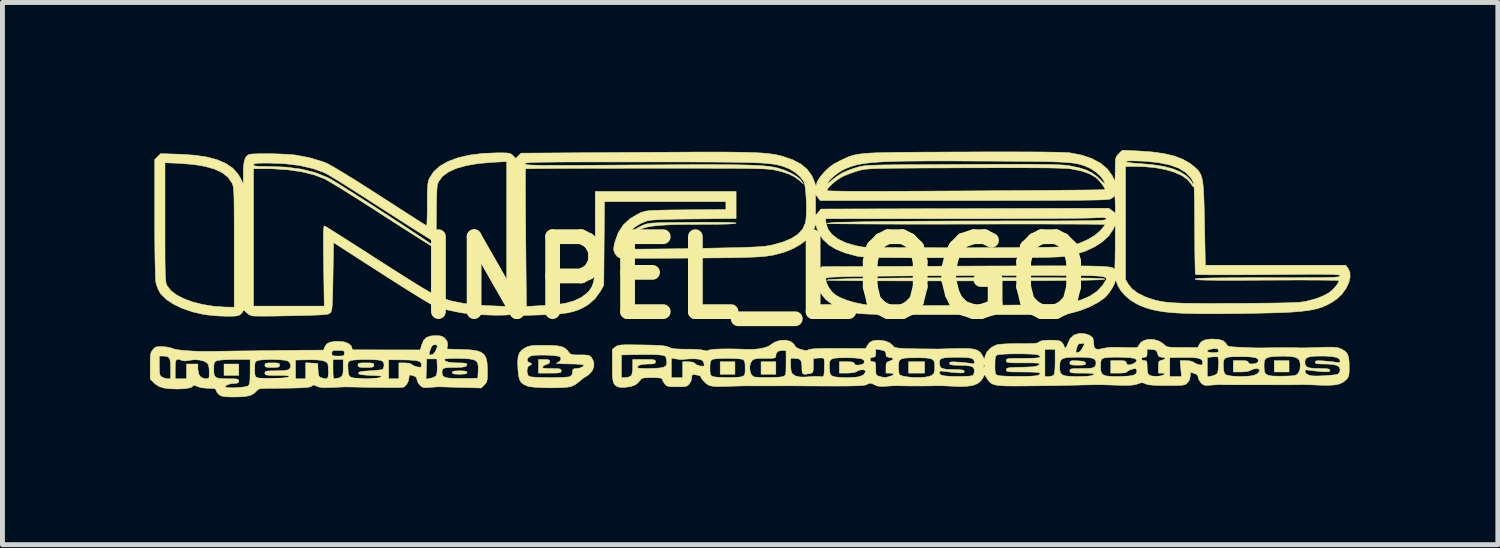
<source format=kicad_pcb>
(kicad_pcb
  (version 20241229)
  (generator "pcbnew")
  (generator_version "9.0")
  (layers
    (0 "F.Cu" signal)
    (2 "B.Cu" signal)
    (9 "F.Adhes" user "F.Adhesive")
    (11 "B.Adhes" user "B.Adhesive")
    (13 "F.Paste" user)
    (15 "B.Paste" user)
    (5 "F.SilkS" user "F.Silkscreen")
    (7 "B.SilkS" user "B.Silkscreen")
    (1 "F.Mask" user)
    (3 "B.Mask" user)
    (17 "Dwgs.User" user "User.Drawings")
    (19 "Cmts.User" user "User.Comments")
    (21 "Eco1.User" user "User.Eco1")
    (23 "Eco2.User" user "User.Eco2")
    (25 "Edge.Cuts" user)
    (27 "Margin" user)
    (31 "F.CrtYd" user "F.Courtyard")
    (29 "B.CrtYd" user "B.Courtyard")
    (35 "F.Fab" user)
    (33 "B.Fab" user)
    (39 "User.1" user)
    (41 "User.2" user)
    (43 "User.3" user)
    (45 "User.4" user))
  (footprint "INPEL_LOGO"
    (layer "F.Cu")
    (at 12.289 2.598)
    (property "Reference" "INPEL_LOGO" (at 0 0 0) (layer "F.SilkS") (effects (font (size 1.524 1.524) (thickness 0.3))))
    (attr through_hole)
    (fp_poly (pts (xy -10.483 1.986) (xy -10.783 1.986) (xy -10.783 1.755) (xy -10.483 1.755) (xy -10.483 1.986)) (stroke (width 0.01) (type solid)) (fill yes) (layer "F.SilkS"))
    (fp_poly (pts (xy -0.393 1.963) (xy -0.693 1.963) (xy -0.693 1.709) (xy -0.393 1.709) (xy -0.393 1.963)) (stroke (width 0.01) (type solid)) (fill yes) (layer "F.SilkS"))
    (fp_poly (pts (xy 0.439 1.963) (xy 0.139 1.963) (xy 0.139 1.709) (xy 0.439 1.709) (xy 0.439 1.963)) (stroke (width 0.01) (type solid)) (fill yes) (layer "F.SilkS"))
    (fp_poly (pts (xy 3.464 1.94) (xy 3.14 1.94) (xy 3.14 1.709) (xy 3.464 1.709) (xy 3.464 1.94)) (stroke (width 0.01) (type solid)) (fill yes) (layer "F.SilkS"))
    (fp_poly (pts (xy 10.876 1.917) (xy 10.576 1.917) (xy 10.576 1.686) (xy 10.876 1.686) (xy 10.876 1.917)) (stroke (width 0.01) (type solid)) (fill yes) (layer "F.SilkS"))
    (fp_poly (pts (xy -9.721 1.733) (xy -9.676 1.74) (xy -9.656 1.754) (xy -9.652 1.778) (xy -9.657 1.803) (xy -9.678 1.817) (xy -9.725 1.823) (xy -9.802 1.824) (xy -9.883 1.823) (xy -9.929 1.816) (xy -9.948 1.802) (xy -9.952 1.778) (xy -9.948 1.753) (xy -9.927 1.739) (xy -9.879 1.733) (xy -9.802 1.732) (xy -9.721 1.733)) (stroke (width 0.01) (type solid)) (fill yes) (layer "F.SilkS"))
    (fp_poly (pts (xy -5.908 1.896) (xy -5.861 1.904) (xy -5.843 1.92) (xy -5.842 1.928) (xy -5.852 1.948) (xy -5.888 1.958) (xy -5.958 1.962) (xy -5.992 1.963) (xy -6.076 1.96) (xy -6.123 1.952) (xy -6.141 1.936) (xy -6.142 1.928) (xy -6.132 1.909) (xy -6.096 1.898) (xy -6.026 1.894) (xy -5.992 1.893) (xy -5.908 1.896)) (stroke (width 0.01) (type solid)) (fill yes) (layer "F.SilkS"))
    (fp_poly (pts (xy 6.561 1.69) (xy 6.575 1.69) (xy 6.661 1.696) (xy 6.71 1.707) (xy 6.733 1.724) (xy 6.738 1.738) (xy 6.737 1.759) (xy 6.717 1.771) (xy 6.669 1.777) (xy 6.584 1.778) (xy 6.583 1.778) (xy 6.497 1.777) (xy 6.448 1.771) (xy 6.425 1.759) (xy 6.419 1.736) (xy 6.419 1.731) (xy 6.423 1.706) (xy 6.441 1.692) (xy 6.484 1.688) (xy 6.561 1.69)) (stroke (width 0.01) (type solid)) (fill yes) (layer "F.SilkS"))
    (fp_poly (pts (xy -7.812 1.733) (xy -7.763 1.739) (xy -7.741 1.751) (xy -7.736 1.774) (xy -7.735 1.778) (xy -7.74 1.802) (xy -7.759 1.816) (xy -7.804 1.823) (xy -7.884 1.824) (xy -7.897 1.824) (xy -7.982 1.823) (xy -8.031 1.817) (xy -8.053 1.805) (xy -8.059 1.782) (xy -8.059 1.778) (xy -8.054 1.754) (xy -8.035 1.74) (xy -7.99 1.733) (xy -7.91 1.732) (xy -7.897 1.732) (xy -7.812 1.733)) (stroke (width 0.01) (type solid)) (fill yes) (layer "F.SilkS"))
    (fp_poly (pts (xy -4.202 1.665) (xy -4.167 1.676) (xy -4.157 1.699) (xy -4.156 1.706) (xy -4.177 1.745) (xy -4.223 1.762) (xy -4.275 1.783) (xy -4.303 1.811) (xy -4.303 1.829) (xy -4.284 1.84) (xy -4.236 1.845) (xy -4.152 1.847) (xy -4.121 1.847) (xy -4.026 1.848) (xy -3.968 1.852) (xy -3.938 1.861) (xy -3.927 1.878) (xy -3.925 1.893) (xy -3.929 1.914) (xy -3.944 1.928) (xy -3.979 1.935) (xy -4.043 1.939) (xy -4.144 1.94) (xy -4.156 1.94) (xy -4.387 1.94) (xy -4.387 1.663) (xy -4.272 1.663) (xy -4.202 1.665)) (stroke (width 0.01) (type solid)) (fill yes) (layer "F.SilkS"))
    (fp_poly (pts (xy 5.329 0.000147) (xy 5.665 0.000492) (xy 5.96 0.001) (xy 6.215 0.002) (xy 6.434 0.003) (xy 6.618 0.005) (xy 6.769 0.007) (xy 6.891 0.009) (xy 6.984 0.012) (xy 7.053 0.016) (xy 7.098 0.02) (xy 7.123 0.024) (xy 7.129 0.029) (xy 7.119 0.033) (xy 7.091 0.037) (xy 7.042 0.041) (xy 6.97 0.044) (xy 6.874 0.047) (xy 6.751 0.05) (xy 6.6 0.052) (xy 6.418 0.054) (xy 6.203 0.056) (xy 5.953 0.058) (xy 5.667 0.059) (xy 5.342 0.061) (xy 4.976 0.062) (xy 4.567 0.063) (xy 4.299 0.064) (xy 3.942 0.064) (xy 3.598 0.064) (xy 3.27 0.064) (xy 2.961 0.064) (xy 2.673 0.063) (xy 2.41 0.062) (xy 2.173 0.061) (xy 1.966 0.06) (xy 1.792 0.058) (xy 1.654 0.056) (xy 1.553 0.054) (xy 1.494 0.052) (xy 1.478 0.05) (xy 1.501 0.042) (xy 1.57 0.035) (xy 1.685 0.029) (xy 1.845 0.023) (xy 2.05 0.018) (xy 2.301 0.013) (xy 2.596 0.01) (xy 2.936 0.006) (xy 3.32 0.004) (xy 3.749 0.002) (xy 4.221 0.001) (xy 4.737 0.000099) (xy 4.949 0.000045) (xy 5.329 0.000147)) (stroke (width 0.01) (type solid)) (fill yes) (layer "F.SilkS"))
    (fp_poly (pts (xy -4.26 1.374) (xy -4.107 1.377) (xy -3.992 1.387) (xy -3.908 1.405) (xy -3.846 1.435) (xy -3.798 1.479) (xy -3.773 1.513) (xy -3.751 1.541) (xy -3.723 1.558) (xy -3.679 1.567) (xy -3.606 1.57) (xy -3.543 1.57) (xy -3.448 1.571) (xy -3.387 1.576) (xy -3.348 1.588) (xy -3.321 1.611) (xy -3.304 1.631) (xy -3.263 1.716) (xy -3.262 1.809) (xy -3.298 1.898) (xy -3.368 1.973) (xy -3.413 2.002) (xy -3.482 2.046) (xy -3.553 2.104) (xy -3.566 2.116) (xy -3.635 2.169) (xy -3.714 2.209) (xy -3.73 2.214) (xy -3.8 2.226) (xy -3.902 2.234) (xy -4.026 2.238) (xy -4.162 2.239) (xy -4.298 2.236) (xy -4.422 2.23) (xy -4.525 2.221) (xy -4.595 2.209) (xy -4.605 2.206) (xy -4.682 2.173) (xy -4.736 2.134) (xy -4.77 2.079) (xy -4.791 1.999) (xy -4.804 1.884) (xy -4.805 1.869) (xy -4.62 1.869) (xy -4.618 1.932) (xy -4.599 1.986) (xy -4.578 2.007) (xy -4.539 2.016) (xy -4.464 2.023) (xy -4.363 2.028) (xy -4.245 2.03) (xy -4.12 2.031) (xy -3.998 2.029) (xy -3.889 2.026) (xy -3.802 2.02) (xy -3.749 2.012) (xy -3.739 2.008) (xy -3.702 1.963) (xy -3.695 1.916) (xy -3.689 1.868) (xy -3.662 1.85) (xy -3.624 1.847) (xy -3.553 1.838) (xy -3.495 1.815) (xy -3.465 1.785) (xy -3.464 1.777) (xy -3.486 1.768) (xy -3.547 1.761) (xy -3.642 1.755) (xy -3.763 1.753) (xy -3.77 1.753) (xy -3.877 1.751) (xy -3.959 1.747) (xy -4.011 1.742) (xy -4.024 1.737) (xy -4.02 1.735) (xy -3.962 1.705) (xy -3.932 1.663) (xy -3.937 1.621) (xy -3.944 1.611) (xy -3.982 1.596) (xy -4.054 1.585) (xy -4.149 1.577) (xy -4.255 1.573) (xy -4.361 1.573) (xy -4.456 1.577) (xy -4.527 1.587) (xy -4.551 1.594) (xy -4.6 1.629) (xy -4.618 1.672) (xy -4.603 1.709) (xy -4.572 1.725) (xy -4.535 1.742) (xy -4.526 1.755) (xy -4.545 1.774) (xy -4.572 1.785) (xy -4.604 1.814) (xy -4.62 1.869) (xy -4.805 1.869) (xy -4.806 1.853) (xy -4.811 1.711) (xy -4.802 1.605) (xy -4.774 1.527) (xy -4.726 1.469) (xy -4.655 1.423) (xy -4.653 1.422) (xy -4.608 1.401) (xy -4.558 1.388) (xy -4.494 1.379) (xy -4.405 1.375) (xy -4.282 1.374) (xy -4.26 1.374)) (stroke (width 0.01) (type solid)) (fill yes) (layer "F.SilkS"))
    (fp_poly (pts (xy -6.401 1.181) (xy -6.346 1.194) (xy -6.304 1.222) (xy -6.289 1.237) (xy -6.246 1.294) (xy -6.237 1.358) (xy -6.239 1.373) (xy -6.248 1.45) (xy -5.947 1.459) (xy -5.778 1.467) (xy -5.649 1.484) (xy -5.556 1.515) (xy -5.493 1.564) (xy -5.454 1.635) (xy -5.433 1.734) (xy -5.427 1.865) (xy -5.426 1.901) (xy -5.427 2.004) (xy -5.431 2.072) (xy -5.442 2.116) (xy -5.46 2.149) (xy -5.489 2.18) (xy -5.551 2.243) (xy -5.956 2.231) (xy -6.091 2.227) (xy -6.213 2.224) (xy -6.312 2.221) (xy -6.381 2.219) (xy -6.408 2.218) (xy -6.455 2.22) (xy -6.53 2.225) (xy -6.597 2.231) (xy -6.679 2.236) (xy -6.73 2.232) (xy -6.766 2.215) (xy -6.799 2.185) (xy -6.839 2.13) (xy -6.858 2.076) (xy -6.858 2.072) (xy -6.861 2.061) (xy -6.675 2.061) (xy -6.588 2.047) (xy -6.522 2.028) (xy -6.475 1.998) (xy -6.47 1.992) (xy -6.452 1.938) (xy -6.452 1.929) (xy -6.35 1.929) (xy -6.344 1.973) (xy -6.323 2.006) (xy -6.28 2.028) (xy -6.211 2.041) (xy -6.108 2.048) (xy -5.967 2.048) (xy -5.923 2.048) (xy -5.623 2.044) (xy -5.615 1.918) (xy -5.613 1.812) (xy -5.623 1.742) (xy -5.648 1.699) (xy -5.694 1.672) (xy -5.721 1.664) (xy -5.779 1.653) (xy -5.862 1.646) (xy -5.959 1.642) (xy -6.061 1.64) (xy -6.157 1.641) (xy -6.236 1.646) (xy -6.288 1.653) (xy -6.304 1.662) (xy -6.282 1.695) (xy -6.215 1.718) (xy -6.107 1.73) (xy -6.028 1.732) (xy -5.931 1.734) (xy -5.873 1.74) (xy -5.846 1.753) (xy -5.842 1.764) (xy -5.851 1.791) (xy -5.884 1.809) (xy -5.947 1.82) (xy -6.046 1.824) (xy -6.096 1.824) (xy -6.207 1.826) (xy -6.281 1.833) (xy -6.324 1.848) (xy -6.344 1.875) (xy -6.35 1.918) (xy -6.35 1.929) (xy -6.452 1.929) (xy -6.446 1.846) (xy -6.447 1.801) (xy -6.454 1.651) (xy -6.662 1.651) (xy -6.668 1.856) (xy -6.675 2.061) (xy -6.861 2.061) (xy -6.869 2.029) (xy -6.911 2.002) (xy -6.939 1.992) (xy -6.992 1.978) (xy -7.015 1.984) (xy -7.02 2.015) (xy -7.02 2.024) (xy -7.034 2.1) (xy -7.07 2.17) (xy -7.118 2.218) (xy -7.141 2.228) (xy -7.178 2.231) (xy -7.255 2.233) (xy -7.362 2.234) (xy -7.495 2.233) (xy -7.645 2.232) (xy -7.735 2.23) (xy -7.891 2.228) (xy -8.032 2.225) (xy -8.151 2.223) (xy -8.243 2.221) (xy -8.299 2.221) (xy -8.313 2.22) (xy -8.349 2.221) (xy -8.421 2.224) (xy -8.515 2.228) (xy -8.584 2.231) (xy -8.704 2.235) (xy -8.788 2.233) (xy -8.848 2.224) (xy -8.894 2.207) (xy -8.946 2.184) (xy -8.979 2.186) (xy -9.005 2.205) (xy -9.022 2.215) (xy -9.051 2.224) (xy -9.097 2.231) (xy -9.163 2.236) (xy -9.254 2.24) (xy -9.375 2.244) (xy -9.53 2.246) (xy -9.723 2.248) (xy -9.894 2.249) (xy -9.989 2.251) (xy -10.049 2.257) (xy -10.087 2.271) (xy -10.115 2.295) (xy -10.123 2.305) (xy -10.175 2.355) (xy -10.241 2.39) (xy -10.331 2.411) (xy -10.452 2.422) (xy -10.572 2.425) (xy -10.687 2.424) (xy -10.766 2.419) (xy -10.819 2.41) (xy -10.857 2.395) (xy -10.884 2.377) (xy -10.926 2.333) (xy -10.945 2.291) (xy -10.945 2.289) (xy -10.952 2.268) (xy -10.978 2.255) (xy -11.034 2.25) (xy -11.101 2.249) (xy -11.231 2.239) (xy -11.325 2.212) (xy -11.332 2.209) (xy -11.38 2.188) (xy -11.406 2.186) (xy -11.407 2.189) (xy -11.429 2.219) (xy -11.492 2.242) (xy -11.591 2.257) (xy -11.72 2.263) (xy -11.737 2.263) (xy -11.891 2.258) (xy -12.009 2.242) (xy -12.1 2.213) (xy -12.174 2.167) (xy -12.208 2.136) (xy -12.284 2.06) (xy -12.284 1.793) (xy -12.284 1.677) (xy -12.281 1.597) (xy -12.28 1.593) (xy -12.1 1.593) (xy -12.1 1.788) (xy -12.098 1.885) (xy -12.093 1.947) (xy -12.082 1.985) (xy -12.061 2.01) (xy -12.048 2.019) (xy -11.985 2.047) (xy -11.933 2.055) (xy -11.869 2.055) (xy -11.869 1.859) (xy -11.776 1.859) (xy -11.776 2.055) (xy -11.545 2.055) (xy -11.545 1.755) (xy -11.315 1.755) (xy -11.315 1.859) (xy -11.299 1.957) (xy -11.253 2.023) (xy -11.18 2.053) (xy -11.153 2.055) (xy -11.115 2.053) (xy -11.094 2.041) (xy -11.085 2.006) (xy -11.084 1.939) (xy -11.084 1.917) (xy -11.086 1.862) (xy -10.991 1.862) (xy -10.989 1.941) (xy -10.976 1.995) (xy -10.945 2.029) (xy -10.889 2.047) (xy -10.801 2.054) (xy -10.693 2.055) (xy -10.593 2.056) (xy -10.532 2.059) (xy -10.499 2.068) (xy -10.485 2.083) (xy -10.483 2.101) (xy -10.493 2.133) (xy -10.528 2.146) (xy -10.563 2.147) (xy -10.642 2.155) (xy -10.71 2.175) (xy -10.752 2.201) (xy -10.76 2.219) (xy -10.739 2.231) (xy -10.684 2.238) (xy -10.607 2.239) (xy -10.518 2.235) (xy -10.43 2.228) (xy -10.354 2.217) (xy -10.302 2.203) (xy -10.289 2.196) (xy -10.272 2.173) (xy -10.261 2.132) (xy -10.255 2.065) (xy -10.253 1.963) (xy -10.252 1.914) (xy -10.252 1.859) (xy -10.16 1.859) (xy -10.158 1.942) (xy -10.151 1.991) (xy -10.134 2.018) (xy -10.108 2.032) (xy -10.06 2.042) (xy -9.981 2.048) (xy -9.881 2.05) (xy -9.772 2.049) (xy -9.665 2.044) (xy -9.571 2.037) (xy -9.5 2.027) (xy -9.464 2.015) (xy -9.464 2.015) (xy -9.459 2.002) (xy -9.481 1.993) (xy -9.533 1.988) (xy -9.623 1.986) (xy -9.694 1.986) (xy -9.806 1.985) (xy -9.88 1.983) (xy -9.924 1.977) (xy -9.945 1.966) (xy -9.952 1.949) (xy -9.952 1.94) (xy -9.949 1.918) (xy -9.934 1.905) (xy -9.898 1.897) (xy -9.833 1.894) (xy -9.731 1.893) (xy -9.726 1.893) (xy -9.591 1.89) (xy -9.501 1.879) (xy -9.458 1.863) (xy -9.427 1.816) (xy -9.43 1.76) (xy -9.466 1.708) (xy -9.49 1.692) (xy -9.541 1.679) (xy -9.592 1.674) (xy -9.329 1.674) (xy -9.329 2.055) (xy -9.121 2.055) (xy -9.121 1.729) (xy -9 1.736) (xy -8.878 1.743) (xy -8.871 1.877) (xy -8.865 1.954) (xy -8.853 1.999) (xy -8.829 2.023) (xy -8.806 2.033) (xy -8.733 2.056) (xy -8.689 2.053) (xy -8.667 2.018) (xy -8.66 1.944) (xy -8.659 1.911) (xy -8.662 1.83) (xy -8.669 1.767) (xy -8.677 1.739) (xy -8.716 1.706) (xy -8.784 1.684) (xy -8.888 1.671) (xy -9.031 1.668) (xy -9.074 1.669) (xy -9.329 1.674) (xy -9.592 1.674) (xy -9.624 1.67) (xy -9.729 1.664) (xy -9.841 1.663) (xy -9.948 1.666) (xy -10.038 1.673) (xy -10.098 1.684) (xy -10.101 1.685) (xy -10.133 1.701) (xy -10.15 1.725) (xy -10.158 1.77) (xy -10.16 1.848) (xy -10.16 1.859) (xy -10.252 1.859) (xy -10.252 1.663) (xy -8.567 1.663) (xy -8.567 1.859) (xy -8.566 1.954) (xy -8.562 2.012) (xy -8.553 2.042) (xy -8.537 2.053) (xy -8.514 2.055) (xy -7.435 2.055) (xy -7.227 2.055) (xy -7.227 1.732) (xy -7.109 1.732) (xy -7.021 1.739) (xy -6.969 1.76) (xy -6.964 1.765) (xy -6.926 1.791) (xy -6.864 1.811) (xy -6.852 1.814) (xy -6.796 1.821) (xy -6.771 1.812) (xy -6.766 1.783) (xy -6.772 1.742) (xy -6.795 1.712) (xy -6.842 1.692) (xy -6.918 1.68) (xy -7.029 1.673) (xy -7.139 1.671) (xy -7.435 1.668) (xy -7.435 2.055) (xy -8.514 2.055) (xy -8.455 2.042) (xy -8.41 2.019) (xy -8.383 1.994) (xy -8.367 1.958) (xy -8.36 1.9) (xy -8.359 1.823) (xy -8.359 1.768) (xy -8.264 1.768) (xy -8.262 1.844) (xy -8.262 1.852) (xy -8.256 1.934) (xy -8.244 1.982) (xy -8.222 2.01) (xy -8.197 2.025) (xy -8.143 2.04) (xy -8.056 2.049) (xy -7.949 2.054) (xy -7.837 2.054) (xy -7.732 2.049) (xy -7.648 2.038) (xy -7.604 2.026) (xy -7.58 2.014) (xy -7.579 2.005) (xy -7.606 1.998) (xy -7.668 1.993) (xy -7.769 1.987) (xy -7.793 1.986) (xy -7.908 1.98) (xy -7.983 1.972) (xy -8.027 1.962) (xy -8.045 1.948) (xy -8.047 1.94) (xy -8.038 1.923) (xy -8.007 1.911) (xy -7.945 1.902) (xy -7.847 1.895) (xy -7.816 1.893) (xy -7.715 1.887) (xy -7.631 1.878) (xy -7.573 1.869) (xy -7.556 1.863) (xy -7.536 1.829) (xy -7.528 1.776) (xy -7.539 1.719) (xy -7.581 1.687) (xy -7.587 1.685) (xy -7.64 1.674) (xy -7.727 1.667) (xy -7.834 1.664) (xy -7.948 1.664) (xy -8.056 1.667) (xy -8.146 1.674) (xy -8.204 1.684) (xy -8.208 1.685) (xy -8.241 1.701) (xy -8.259 1.724) (xy -8.264 1.768) (xy -8.359 1.768) (xy -8.359 1.663) (xy -8.567 1.663) (xy -10.252 1.663) (xy -10.563 1.663) (xy -10.7 1.665) (xy -10.813 1.671) (xy -10.895 1.68) (xy -10.932 1.689) (xy -10.965 1.708) (xy -10.982 1.736) (xy -10.99 1.785) (xy -10.991 1.862) (xy -11.086 1.862) (xy -11.088 1.827) (xy -11.103 1.769) (xy -11.128 1.733) (xy -11.19 1.697) (xy -11.28 1.674) (xy -11.382 1.667) (xy -11.478 1.678) (xy -11.485 1.68) (xy -11.575 1.693) (xy -11.632 1.684) (xy -11.697 1.662) (xy -11.739 1.661) (xy -11.763 1.687) (xy -11.774 1.746) (xy -11.776 1.845) (xy -11.776 1.859) (xy -11.869 1.859) (xy -11.869 1.848) (xy -11.871 1.736) (xy -11.883 1.663) (xy -11.907 1.62) (xy -11.95 1.599) (xy -12.016 1.593) (xy -12.029 1.593) (xy -12.1 1.593) (xy -12.28 1.593) (xy -12.273 1.544) (xy -12.271 1.536) (xy -8.59 1.536) (xy -8.587 1.569) (xy -8.569 1.586) (xy -8.526 1.592) (xy -8.463 1.593) (xy -8.39 1.592) (xy -8.352 1.584) (xy -8.338 1.564) (xy -8.338 1.559) (xy -6.612 1.559) (xy -6.597 1.569) (xy -6.572 1.57) (xy -6.525 1.553) (xy -6.485 1.497) (xy -6.481 1.489) (xy -6.451 1.419) (xy -6.446 1.381) (xy -6.467 1.365) (xy -6.498 1.362) (xy -6.536 1.371) (xy -6.564 1.404) (xy -6.589 1.466) (xy -6.609 1.529) (xy -6.612 1.559) (xy -8.338 1.559) (xy -8.336 1.536) (xy -8.339 1.502) (xy -8.357 1.485) (xy -8.399 1.479) (xy -8.463 1.478) (xy -8.536 1.479) (xy -8.573 1.487) (xy -8.588 1.507) (xy -8.59 1.536) (xy -12.271 1.536) (xy -12.26 1.506) (xy -12.24 1.475) (xy -12.229 1.462) (xy -12.192 1.425) (xy -12.154 1.406) (xy -12.097 1.4) (xy -12.035 1.401) (xy -11.946 1.409) (xy -11.864 1.427) (xy -11.825 1.442) (xy -11.775 1.456) (xy -11.687 1.47) (xy -11.571 1.482) (xy -11.437 1.491) (xy -11.292 1.497) (xy -11.146 1.499) (xy -11.049 1.498) (xy -10.986 1.497) (xy -10.884 1.495) (xy -10.749 1.494) (xy -10.588 1.491) (xy -10.408 1.489) (xy -10.215 1.487) (xy -10.017 1.484) (xy -9.82 1.482) (xy -9.63 1.479) (xy -9.455 1.477) (xy -9.302 1.476) (xy -9.176 1.474) (xy -9.086 1.474) (xy -9.073 1.474) (xy -8.759 1.472) (xy -8.734 1.406) (xy -8.696 1.348) (xy -8.628 1.312) (xy -8.526 1.295) (xy -8.46 1.293) (xy -8.344 1.304) (xy -8.255 1.336) (xy -8.198 1.385) (xy -8.185 1.415) (xy -8.172 1.466) (xy -7.482 1.468) (xy -6.792 1.469) (xy -6.764 1.369) (xy -6.724 1.274) (xy -6.664 1.214) (xy -6.575 1.184) (xy -6.484 1.178) (xy -6.401 1.181)) (stroke (width 0.01) (type solid)) (fill yes) (layer "F.SilkS"))
    (fp_poly (pts (xy 6.739 1.143) (xy 6.822 1.172) (xy 6.878 1.215) (xy 6.89 1.236) (xy 6.9 1.285) (xy 6.904 1.351) (xy 6.904 1.352) (xy 6.914 1.416) (xy 6.947 1.45) (xy 7.009 1.456) (xy 7.096 1.438) (xy 7.177 1.422) (xy 7.28 1.414) (xy 7.414 1.414) (xy 7.509 1.417) (xy 7.631 1.421) (xy 7.714 1.422) (xy 7.766 1.419) (xy 7.796 1.411) (xy 7.811 1.398) (xy 7.817 1.384) (xy 7.86 1.317) (xy 7.933 1.273) (xy 8.026 1.252) (xy 8.127 1.257) (xy 8.227 1.286) (xy 8.316 1.341) (xy 8.332 1.357) (xy 8.358 1.381) (xy 8.385 1.397) (xy 8.421 1.408) (xy 8.476 1.414) (xy 8.558 1.417) (xy 8.676 1.418) (xy 8.707 1.418) (xy 9.022 1.42) (xy 9.049 1.36) (xy 9.093 1.301) (xy 9.166 1.265) (xy 9.274 1.248) (xy 9.329 1.247) (xy 9.452 1.256) (xy 9.538 1.283) (xy 9.591 1.331) (xy 9.602 1.351) (xy 9.614 1.372) (xy 9.633 1.387) (xy 9.666 1.398) (xy 9.721 1.405) (xy 9.806 1.411) (xy 9.929 1.417) (xy 9.945 1.418) (xy 10.069 1.423) (xy 10.184 1.427) (xy 10.277 1.428) (xy 10.338 1.428) (xy 10.345 1.428) (xy 10.399 1.426) (xy 10.487 1.425) (xy 10.599 1.424) (xy 10.723 1.423) (xy 10.847 1.423) (xy 10.96 1.424) (xy 11.05 1.425) (xy 11.107 1.427) (xy 11.107 1.427) (xy 11.15 1.427) (xy 11.229 1.426) (xy 11.335 1.423) (xy 11.457 1.419) (xy 11.506 1.417) (xy 11.641 1.413) (xy 11.739 1.412) (xy 11.809 1.415) (xy 11.861 1.422) (xy 11.904 1.434) (xy 11.946 1.453) (xy 11.947 1.453) (xy 12.013 1.493) (xy 12.057 1.541) (xy 12.084 1.607) (xy 12.097 1.701) (xy 12.1 1.815) (xy 12.099 1.913) (xy 12.093 1.976) (xy 12.081 2.019) (xy 12.058 2.053) (xy 12.034 2.078) (xy 11.974 2.126) (xy 11.901 2.16) (xy 11.807 2.18) (xy 11.685 2.188) (xy 11.527 2.186) (xy 11.477 2.184) (xy 11.358 2.179) (xy 11.248 2.175) (xy 11.16 2.174) (xy 11.107 2.174) (xy 11.053 2.176) (xy 10.965 2.177) (xy 10.854 2.178) (xy 10.733 2.178) (xy 10.72 2.178) (xy 10.601 2.178) (xy 10.505 2.177) (xy 10.419 2.177) (xy 10.335 2.177) (xy 10.24 2.177) (xy 10.126 2.177) (xy 9.982 2.177) (xy 9.889 2.177) (xy 9.766 2.177) (xy 9.654 2.176) (xy 9.565 2.176) (xy 9.508 2.174) (xy 9.502 2.174) (xy 9.441 2.174) (xy 9.356 2.179) (xy 9.289 2.184) (xy 9.208 2.19) (xy 9.157 2.186) (xy 9.12 2.169) (xy 9.087 2.139) (xy 9.047 2.084) (xy 9.029 2.029) (xy 9.029 2.025) (xy 9.017 1.983) (xy 8.976 1.956) (xy 8.948 1.946) (xy 8.867 1.921) (xy 8.867 2.001) (xy 8.846 2.089) (xy 8.811 2.136) (xy 8.788 2.157) (xy 8.764 2.172) (xy 8.729 2.182) (xy 8.678 2.188) (xy 8.601 2.191) (xy 8.491 2.192) (xy 8.388 2.192) (xy 8.234 2.19) (xy 8.119 2.186) (xy 8.038 2.179) (xy 7.983 2.168) (xy 7.955 2.157) (xy 7.908 2.138) (xy 7.864 2.137) (xy 7.802 2.157) (xy 7.794 2.16) (xy 7.745 2.175) (xy 7.684 2.184) (xy 7.604 2.189) (xy 7.494 2.189) (xy 7.365 2.185) (xy 7.253 2.182) (xy 7.165 2.179) (xy 7.094 2.177) (xy 7.03 2.176) (xy 6.964 2.176) (xy 6.89 2.177) (xy 6.796 2.179) (xy 6.676 2.181) (xy 6.521 2.185) (xy 6.477 2.186) (xy 6.306 2.19) (xy 6.106 2.194) (xy 5.891 2.197) (xy 5.679 2.199) (xy 5.485 2.201) (xy 5.473 2.201) (xy 5.282 2.202) (xy 5.131 2.201) (xy 5.015 2.195) (xy 4.928 2.185) (xy 4.863 2.169) (xy 4.815 2.145) (xy 4.778 2.112) (xy 4.747 2.069) (xy 4.726 2.037) (xy 4.695 1.987) (xy 4.678 1.975) (xy 4.669 1.996) (xy 4.668 1.998) (xy 4.647 2.045) (xy 4.607 2.1) (xy 4.601 2.106) (xy 4.535 2.156) (xy 4.445 2.19) (xy 4.324 2.208) (xy 4.167 2.212) (xy 4.039 2.207) (xy 3.923 2.201) (xy 3.815 2.197) (xy 3.727 2.196) (xy 3.683 2.196) (xy 3.62 2.199) (xy 3.523 2.2) (xy 3.405 2.201) (xy 3.278 2.201) (xy 3.153 2.201) (xy 3.042 2.199) (xy 2.958 2.198) (xy 2.921 2.196) (xy 2.862 2.196) (xy 2.777 2.2) (xy 2.69 2.206) (xy 2.594 2.211) (xy 2.525 2.206) (xy 2.469 2.188) (xy 2.444 2.176) (xy 2.387 2.149) (xy 2.348 2.145) (xy 2.305 2.163) (xy 2.294 2.169) (xy 2.276 2.177) (xy 2.25 2.184) (xy 2.213 2.189) (xy 2.162 2.194) (xy 2.093 2.198) (xy 2.003 2.2) (xy 1.888 2.202) (xy 1.745 2.203) (xy 1.571 2.203) (xy 1.361 2.202) (xy 1.113 2.201) (xy 0.824 2.199) (xy 0.739 2.199) (xy 0.678 2.198) (xy 0.583 2.199) (xy 0.465 2.199) (xy 0.334 2.2) (xy 0.289 2.2) (xy 0.162 2.2) (xy 0.048 2.2) (xy -0.043 2.2) (xy -0.103 2.2) (xy -0.115 2.199) (xy -0.158 2.199) (xy -0.238 2.2) (xy -0.344 2.203) (xy -0.466 2.206) (xy -0.52 2.208) (xy -0.657 2.211) (xy -0.757 2.212) (xy -0.829 2.208) (xy -0.879 2.201) (xy -0.918 2.189) (xy -0.943 2.176) (xy -0.991 2.14) (xy -1.041 2.088) (xy -1.081 2.035) (xy -1.097 1.995) (xy -1.097 1.995) (xy -1.117 1.989) (xy -1.167 1.979) (xy -1.183 1.976) (xy -1.24 1.968) (xy -1.264 1.978) (xy -1.27 2.013) (xy -1.27 2.028) (xy -1.284 2.094) (xy -1.318 2.156) (xy -1.344 2.185) (xy -1.373 2.203) (xy -1.416 2.213) (xy -1.485 2.216) (xy -1.57 2.217) (xy -1.669 2.216) (xy -1.733 2.211) (xy -1.773 2.201) (xy -1.801 2.181) (xy -1.823 2.156) (xy -1.856 2.105) (xy -1.87 2.065) (xy -1.87 2.064) (xy -1.881 2.048) (xy -1.919 2.038) (xy -1.989 2.033) (xy -2.078 2.032) (xy -1.686 2.032) (xy -1.455 2.032) (xy -1.455 1.837) (xy -0.901 1.837) (xy -0.899 1.92) (xy -0.891 1.968) (xy -0.874 1.994) (xy -0.849 2.008) (xy -0.798 2.018) (xy -0.714 2.026) (xy -0.61 2.029) (xy -0.499 2.03) (xy -0.393 2.027) (xy -0.305 2.021) (xy -0.248 2.011) (xy -0.244 2.009) (xy -0.212 1.994) (xy -0.194 1.969) (xy -0.186 1.923) (xy -0.185 1.845) (xy -0.185 1.837) (xy -0.185 1.82) (xy -0.092 1.82) (xy -0.085 1.899) (xy -0.061 1.967) (xy -0.021 2.01) (xy -0.007 2.016) (xy 0.046 2.023) (xy 0.131 2.027) (xy 0.234 2.029) (xy 0.343 2.028) (xy 0.446 2.025) (xy 0.53 2.019) (xy 0.582 2.011) (xy 0.587 2.009) (xy 0.613 1.998) (xy 0.63 1.982) (xy 0.64 1.951) (xy 0.645 1.898) (xy 0.646 1.814) (xy 0.647 1.732) (xy 0.647 1.639) (xy 0.739 1.639) (xy 0.739 1.774) (xy 0.744 1.854) (xy 0.756 1.92) (xy 0.768 1.947) (xy 0.829 1.994) (xy 0.925 2.018) (xy 1.05 2.019) (xy 1.062 2.018) (xy 1.148 2.011) (xy 1.227 2.007) (xy 1.258 2.007) (xy 1.326 2.01) (xy 1.374 2.014) (xy 1.397 2.014) (xy 1.412 1.998) (xy 1.42 1.957) (xy 1.425 1.884) (xy 1.427 1.838) (xy 1.427 1.808) (xy 1.528 1.808) (xy 1.529 1.833) (xy 1.535 1.913) (xy 1.547 1.961) (xy 1.57 1.989) (xy 1.593 2.002) (xy 1.647 2.017) (xy 1.733 2.026) (xy 1.838 2.031) (xy 1.948 2.03) (xy 2.05 2.025) (xy 2.13 2.013) (xy 2.146 2.009) (xy 2.223 1.975) (xy 2.259 1.925) (xy 2.263 1.899) (xy 2.244 1.878) (xy 2.198 1.871) (xy 2.142 1.879) (xy 2.091 1.902) (xy 2.088 1.904) (xy 2.031 1.927) (xy 1.934 1.938) (xy 1.888 1.939) (xy 1.732 1.94) (xy 1.732 1.709) (xy 1.882 1.709) (xy 1.966 1.711) (xy 2.013 1.719) (xy 2.031 1.736) (xy 2.032 1.743) (xy 2.053 1.771) (xy 2.099 1.778) (xy 2.184 1.769) (xy 2.23 1.741) (xy 2.24 1.707) (xy 2.23 1.676) (xy 2.209 1.663) (xy 2.355 1.663) (xy 2.369 1.699) (xy 2.413 1.709) (xy 2.445 1.712) (xy 2.462 1.728) (xy 2.469 1.768) (xy 2.471 1.843) (xy 2.471 1.847) (xy 2.472 1.924) (xy 2.479 1.967) (xy 2.499 1.989) (xy 2.538 2.004) (xy 2.546 2.006) (xy 2.613 2.024) (xy 2.66 2.028) (xy 2.712 2.019) (xy 2.754 2.008) (xy 2.817 1.984) (xy 2.837 1.961) (xy 2.815 1.945) (xy 2.759 1.94) (xy 2.679 1.94) (xy 2.679 1.829) (xy 2.679 1.826) (xy 2.933 1.826) (xy 2.937 1.905) (xy 2.949 1.96) (xy 2.959 1.977) (xy 3.024 2.001) (xy 3.121 2.018) (xy 3.236 2.028) (xy 3.358 2.029) (xy 3.471 2.022) (xy 3.542 2.01) (xy 3.612 1.987) (xy 3.651 1.952) (xy 3.659 1.925) (xy 3.764 1.925) (xy 3.773 1.957) (xy 3.804 1.98) (xy 3.863 1.995) (xy 3.955 2.004) (xy 4.086 2.008) (xy 4.136 2.008) (xy 4.266 2.007) (xy 4.356 2.003) (xy 4.414 1.996) (xy 4.447 1.983) (xy 4.455 1.976) (xy 4.474 1.929) (xy 4.476 1.878) (xy 4.465 1.839) (xy 4.438 1.812) (xy 4.387 1.795) (xy 4.329 1.788) (xy 4.666 1.788) (xy 4.67 1.818) (xy 4.678 1.818) (xy 4.684 1.787) (xy 4.682 1.78) (xy 4.895 1.78) (xy 4.896 1.872) (xy 4.901 1.93) (xy 4.913 1.962) (xy 4.934 1.979) (xy 4.947 1.985) (xy 4.992 1.994) (xy 5.072 2) (xy 5.176 2.004) (xy 5.296 2.007) (xy 5.42 2.007) (xy 5.54 2.005) (xy 5.645 2.001) (xy 5.725 1.995) (xy 5.771 1.986) (xy 5.774 1.985) (xy 5.81 1.961) (xy 5.815 1.943) (xy 5.786 1.93) (xy 5.72 1.922) (xy 5.614 1.918) (xy 5.473 1.917) (xy 5.339 1.916) (xy 5.245 1.915) (xy 5.184 1.911) (xy 5.148 1.904) (xy 5.131 1.893) (xy 5.126 1.878) (xy 5.126 1.872) (xy 5.129 1.854) (xy 5.143 1.842) (xy 5.176 1.833) (xy 5.234 1.827) (xy 5.324 1.823) (xy 5.437 1.82) (xy 5.568 1.816) (xy 5.66 1.811) (xy 5.722 1.802) (xy 5.762 1.791) (xy 5.787 1.774) (xy 5.788 1.772) (xy 5.802 1.757) (xy 5.801 1.746) (xy 5.781 1.739) (xy 5.735 1.735) (xy 5.657 1.732) (xy 5.542 1.732) (xy 5.477 1.732) (xy 5.343 1.732) (xy 5.248 1.73) (xy 5.186 1.726) (xy 5.15 1.72) (xy 5.132 1.71) (xy 5.127 1.694) (xy 5.126 1.686) (xy 5.128 1.668) (xy 5.14 1.655) (xy 5.167 1.647) (xy 5.217 1.642) (xy 5.297 1.64) (xy 5.414 1.639) (xy 5.473 1.639) (xy 5.62 1.638) (xy 5.724 1.634) (xy 5.789 1.625) (xy 5.816 1.612) (xy 5.809 1.594) (xy 5.774 1.571) (xy 5.734 1.562) (xy 5.657 1.555) (xy 5.554 1.55) (xy 5.435 1.548) (xy 5.31 1.548) (xy 5.189 1.549) (xy 5.081 1.554) (xy 4.997 1.56) (xy 4.946 1.569) (xy 4.94 1.571) (xy 4.917 1.589) (xy 4.904 1.621) (xy 4.897 1.677) (xy 4.895 1.767) (xy 4.895 1.78) (xy 4.682 1.78) (xy 4.68 1.774) (xy 4.67 1.765) (xy 4.666 1.788) (xy 4.329 1.788) (xy 4.307 1.785) (xy 4.188 1.781) (xy 4.162 1.78) (xy 4.067 1.778) (xy 4.009 1.772) (xy 3.98 1.76) (xy 3.972 1.742) (xy 3.972 1.741) (xy 3.978 1.722) (xy 4.001 1.713) (xy 4.052 1.711) (xy 4.138 1.716) (xy 4.151 1.716) (xy 4.248 1.725) (xy 4.338 1.734) (xy 4.401 1.744) (xy 4.405 1.745) (xy 4.456 1.751) (xy 4.476 1.739) (xy 4.48 1.711) (xy 4.458 1.662) (xy 4.42 1.639) (xy 4.366 1.628) (xy 4.279 1.621) (xy 4.172 1.617) (xy 4.06 1.618) (xy 3.954 1.622) (xy 3.869 1.629) (xy 3.822 1.639) (xy 3.781 1.661) (xy 3.767 1.697) (xy 3.768 1.748) (xy 3.776 1.796) (xy 3.796 1.829) (xy 3.836 1.849) (xy 3.902 1.861) (xy 4.003 1.867) (xy 4.081 1.868) (xy 4.177 1.871) (xy 4.235 1.877) (xy 4.264 1.888) (xy 4.272 1.906) (xy 4.272 1.907) (xy 4.265 1.926) (xy 4.239 1.935) (xy 4.183 1.936) (xy 4.116 1.931) (xy 4.017 1.923) (xy 3.921 1.912) (xy 3.862 1.904) (xy 3.799 1.897) (xy 3.77 1.905) (xy 3.764 1.925) (xy 3.659 1.925) (xy 3.668 1.893) (xy 3.671 1.823) (xy 3.669 1.749) (xy 3.657 1.697) (xy 3.628 1.663) (xy 3.577 1.642) (xy 3.496 1.632) (xy 3.379 1.628) (xy 3.307 1.628) (xy 3.168 1.629) (xy 3.068 1.634) (xy 3.002 1.648) (xy 2.961 1.672) (xy 2.941 1.712) (xy 2.933 1.77) (xy 2.933 1.826) (xy 2.679 1.826) (xy 2.681 1.761) (xy 2.693 1.725) (xy 2.724 1.706) (xy 2.754 1.696) (xy 2.804 1.675) (xy 2.828 1.653) (xy 2.829 1.651) (xy 2.808 1.633) (xy 2.759 1.621) (xy 2.754 1.621) (xy 2.701 1.609) (xy 2.68 1.582) (xy 2.679 1.559) (xy 2.675 1.517) (xy 2.656 1.493) (xy 2.611 1.477) (xy 2.557 1.466) (xy 2.471 1.45) (xy 2.471 1.533) (xy 2.467 1.589) (xy 2.448 1.612) (xy 2.413 1.616) (xy 2.368 1.627) (xy 2.355 1.663) (xy 2.209 1.663) (xy 2.196 1.654) (xy 2.134 1.64) (xy 2.038 1.631) (xy 1.903 1.628) (xy 1.857 1.628) (xy 1.726 1.629) (xy 1.634 1.637) (xy 1.575 1.654) (xy 1.542 1.685) (xy 1.529 1.735) (xy 1.528 1.808) (xy 1.427 1.808) (xy 1.428 1.75) (xy 1.425 1.681) (xy 1.417 1.643) (xy 1.415 1.639) (xy 1.383 1.632) (xy 1.323 1.632) (xy 1.299 1.634) (xy 1.201 1.644) (xy 1.201 1.789) (xy 1.2 1.868) (xy 1.193 1.913) (xy 1.176 1.935) (xy 1.143 1.945) (xy 1.129 1.948) (xy 1.046 1.963) (xy 0.998 1.959) (xy 0.976 1.93) (xy 0.97 1.869) (xy 0.97 1.829) (xy 0.964 1.734) (xy 0.944 1.677) (xy 0.902 1.648) (xy 0.832 1.639) (xy 0.827 1.639) (xy 0.739 1.639) (xy 0.647 1.639) (xy 0.647 1.478) (xy 0.57 1.478) (xy 0.492 1.492) (xy 0.448 1.534) (xy 0.439 1.586) (xy 0.437 1.611) (xy 0.425 1.626) (xy 0.394 1.635) (xy 0.336 1.639) (xy 0.242 1.639) (xy 0.219 1.639) (xy 0.113 1.641) (xy 0.042 1.646) (xy -0.003 1.657) (xy -0.034 1.675) (xy -0.046 1.686) (xy -0.079 1.744) (xy -0.092 1.82) (xy -0.185 1.82) (xy -0.187 1.752) (xy -0.196 1.701) (xy -0.215 1.673) (xy -0.229 1.663) (xy -0.273 1.653) (xy -0.351 1.645) (xy -0.451 1.641) (xy -0.561 1.64) (xy -0.669 1.642) (xy -0.763 1.647) (xy -0.831 1.656) (xy -0.856 1.663) (xy -0.881 1.685) (xy -0.895 1.722) (xy -0.9 1.788) (xy -0.901 1.837) (xy -1.455 1.837) (xy -1.455 1.709) (xy -1.34 1.709) (xy -1.256 1.716) (xy -1.212 1.737) (xy -1.206 1.744) (xy -1.172 1.771) (xy -1.113 1.791) (xy -1.099 1.794) (xy -1.043 1.8) (xy -1.02 1.792) (xy -1.019 1.762) (xy -1.02 1.753) (xy -1.034 1.708) (xy -1.067 1.676) (xy -1.123 1.657) (xy -1.208 1.649) (xy -1.327 1.651) (xy -1.487 1.664) (xy -1.489 1.664) (xy -1.526 1.661) (xy -1.586 1.652) (xy -1.599 1.65) (xy -1.686 1.633) (xy -1.686 2.032) (xy -2.078 2.032) (xy -2.177 2.033) (xy -2.241 2.037) (xy -2.28 2.047) (xy -2.305 2.065) (xy -2.324 2.091) (xy -2.374 2.146) (xy -2.426 2.183) (xy -2.499 2.209) (xy -2.589 2.225) (xy -2.679 2.231) (xy -2.753 2.225) (xy -2.782 2.215) (xy -2.822 2.189) (xy -2.85 2.159) (xy -2.868 2.116) (xy -2.879 2.054) (xy -2.885 1.964) (xy -2.886 1.838) (xy -2.886 1.787) (xy -2.886 1.57) (xy -2.702 1.57) (xy -2.702 2.032) (xy -2.622 2.032) (xy -2.557 2.022) (xy -2.508 1.997) (xy -2.507 1.996) (xy -2.484 1.951) (xy -2.472 1.872) (xy -2.471 1.811) (xy -2.471 1.663) (xy -2.24 1.663) (xy -2.135 1.663) (xy -2.067 1.666) (xy -2.03 1.673) (xy -2.013 1.686) (xy -2.009 1.706) (xy -2.009 1.709) (xy -2.013 1.733) (xy -2.034 1.747) (xy -2.079 1.753) (xy -2.161 1.755) (xy -2.166 1.755) (xy -2.278 1.762) (xy -2.348 1.783) (xy -2.377 1.818) (xy -2.378 1.829) (xy -2.357 1.838) (xy -2.301 1.844) (xy -2.221 1.847) (xy -2.127 1.846) (xy -2.031 1.843) (xy -1.944 1.837) (xy -1.877 1.828) (xy -1.851 1.822) (xy -1.802 1.799) (xy -1.782 1.765) (xy -1.778 1.709) (xy -1.786 1.645) (xy -1.805 1.601) (xy -1.809 1.596) (xy -1.841 1.582) (xy -1.9 1.572) (xy -1.99 1.565) (xy -2.115 1.562) (xy -2.28 1.563) (xy -2.407 1.565) (xy -2.702 1.57) (xy -2.886 1.57) (xy -2.886 1.458) (xy -2.824 1.409) (xy -2.801 1.392) (xy -2.775 1.38) (xy -2.74 1.372) (xy -2.689 1.367) (xy -2.614 1.364) (xy -2.511 1.364) (xy -2.371 1.366) (xy -2.287 1.367) (xy -2.12 1.37) (xy -1.993 1.374) (xy -1.898 1.379) (xy -1.829 1.387) (xy -1.78 1.397) (xy -1.744 1.41) (xy -1.735 1.414) (xy -1.689 1.432) (xy -1.631 1.444) (xy -1.549 1.45) (xy -1.436 1.453) (xy -1.377 1.453) (xy -1.261 1.454) (xy -1.157 1.459) (xy -1.076 1.467) (xy -1.032 1.476) (xy -0.967 1.489) (xy -0.916 1.472) (xy -0.874 1.462) (xy -0.793 1.454) (xy -0.68 1.449) (xy -0.543 1.448) (xy -0.389 1.449) (xy -0.226 1.454) (xy -0.139 1.457) (xy -0.013 1.457) (xy 0.11 1.444) (xy 0.217 1.421) (xy 0.296 1.391) (xy 0.323 1.372) (xy 0.416 1.311) (xy 0.524 1.276) (xy 0.633 1.269) (xy 0.73 1.293) (xy 0.77 1.318) (xy 0.812 1.358) (xy 0.831 1.392) (xy 0.831 1.394) (xy 0.851 1.416) (xy 0.903 1.442) (xy 0.945 1.457) (xy 1.021 1.477) (xy 1.071 1.479) (xy 1.113 1.463) (xy 1.146 1.453) (xy 1.207 1.446) (xy 1.3 1.441) (xy 1.428 1.438) (xy 1.597 1.437) (xy 1.718 1.437) (xy 2.269 1.439) (xy 2.301 1.378) (xy 2.348 1.316) (xy 2.414 1.282) (xy 2.511 1.27) (xy 2.528 1.27) (xy 2.647 1.284) (xy 2.749 1.322) (xy 2.819 1.38) (xy 2.824 1.386) (xy 2.836 1.401) (xy 2.853 1.413) (xy 2.88 1.422) (xy 2.921 1.43) (xy 2.98 1.435) (xy 3.063 1.44) (xy 3.174 1.443) (xy 3.317 1.446) (xy 3.498 1.448) (xy 3.706 1.45) (xy 3.745 1.45) (xy 3.82 1.448) (xy 3.923 1.445) (xy 4.043 1.442) (xy 4.099 1.44) (xy 4.262 1.438) (xy 4.386 1.442) (xy 4.478 1.455) (xy 4.545 1.479) (xy 4.594 1.516) (xy 4.632 1.567) (xy 4.644 1.59) (xy 4.682 1.663) (xy 4.696 1.592) (xy 4.734 1.507) (xy 4.784 1.455) (xy 5.911 1.455) (xy 5.911 2.009) (xy 5.987 2.009) (xy 6.049 2.001) (xy 6.091 1.982) (xy 6.091 1.981) (xy 6.106 1.941) (xy 6.115 1.858) (xy 6.117 1.813) (xy 6.211 1.813) (xy 6.215 1.886) (xy 6.23 1.939) (xy 6.263 1.974) (xy 6.32 1.995) (xy 6.409 2.005) (xy 6.534 2.009) (xy 6.582 2.009) (xy 6.711 2.007) (xy 6.802 2.001) (xy 6.861 1.991) (xy 6.894 1.975) (xy 6.909 1.96) (xy 6.905 1.951) (xy 6.874 1.945) (xy 6.811 1.942) (xy 6.71 1.94) (xy 6.679 1.94) (xy 6.566 1.94) (xy 6.492 1.937) (xy 6.448 1.931) (xy 6.427 1.92) (xy 6.42 1.903) (xy 6.419 1.893) (xy 6.422 1.873) (xy 6.437 1.859) (xy 6.472 1.852) (xy 6.535 1.848) (xy 6.634 1.847) (xy 6.657 1.847) (xy 6.779 1.845) (xy 6.862 1.838) (xy 6.913 1.821) (xy 6.932 1.801) (xy 7.043 1.801) (xy 7.046 1.881) (xy 7.061 1.937) (xy 7.095 1.974) (xy 7.153 1.996) (xy 7.243 2.006) (xy 7.372 2.009) (xy 7.391 2.009) (xy 7.501 2.007) (xy 7.601 2) (xy 7.678 1.991) (xy 7.709 1.984) (xy 7.763 1.954) (xy 7.781 1.912) (xy 7.782 1.903) (xy 7.771 1.86) (xy 7.75 1.847) (xy 7.701 1.855) (xy 7.643 1.874) (xy 7.595 1.898) (xy 7.574 1.918) (xy 7.574 1.919) (xy 7.553 1.929) (xy 7.497 1.937) (xy 7.419 1.94) (xy 7.412 1.94) (xy 7.251 1.94) (xy 7.251 1.686) (xy 7.403 1.686) (xy 7.486 1.687) (xy 7.534 1.694) (xy 7.557 1.71) (xy 7.568 1.734) (xy 7.585 1.767) (xy 7.62 1.773) (xy 7.652 1.768) (xy 7.715 1.747) (xy 7.758 1.718) (xy 7.78 1.688) (xy 7.766 1.663) (xy 7.75 1.651) (xy 7.874 1.651) (xy 7.894 1.679) (xy 7.932 1.686) (xy 7.965 1.689) (xy 7.983 1.707) (xy 7.989 1.752) (xy 7.99 1.807) (xy 7.994 1.896) (xy 8.008 1.951) (xy 8.037 1.982) (xy 8.059 1.992) (xy 8.126 2.005) (xy 8.208 2.005) (xy 8.283 1.993) (xy 8.326 1.975) (xy 8.352 1.952) (xy 8.344 1.943) (xy 8.296 1.94) (xy 8.295 1.94) (xy 8.22 1.94) (xy 8.22 1.816) (xy 8.222 1.743) (xy 8.231 1.705) (xy 8.254 1.687) (xy 8.29 1.678) (xy 8.344 1.658) (xy 8.356 1.636) (xy 8.337 1.625) (xy 8.451 1.625) (xy 8.451 2.009) (xy 8.689 2.009) (xy 8.675 1.847) (xy 8.662 1.686) (xy 8.78 1.686) (xy 8.868 1.693) (xy 8.928 1.714) (xy 8.936 1.72) (xy 8.986 1.749) (xy 9.047 1.769) (xy 9.098 1.775) (xy 9.118 1.761) (xy 9.121 1.726) (xy 9.111 1.684) (xy 9.079 1.654) (xy 9.019 1.634) (xy 8.925 1.624) (xy 8.827 1.621) (xy 9.213 1.621) (xy 9.213 2.015) (xy 9.3 2.001) (xy 9.365 1.982) (xy 9.411 1.952) (xy 9.415 1.947) (xy 9.429 1.908) (xy 9.439 1.842) (xy 9.442 1.784) (xy 9.54 1.784) (xy 9.541 1.81) (xy 9.547 1.89) (xy 9.56 1.938) (xy 9.583 1.965) (xy 9.606 1.979) (xy 9.66 1.993) (xy 9.746 2.003) (xy 9.851 2.008) (xy 9.961 2.007) (xy 10.063 2.001) (xy 10.143 1.99) (xy 10.159 1.986) (xy 10.236 1.952) (xy 10.272 1.902) (xy 10.275 1.876) (xy 10.256 1.854) (xy 10.211 1.848) (xy 10.155 1.856) (xy 10.104 1.879) (xy 10.101 1.881) (xy 10.043 1.903) (xy 9.946 1.915) (xy 9.9 1.916) (xy 9.744 1.917) (xy 9.744 1.801) (xy 10.368 1.801) (xy 10.371 1.875) (xy 10.383 1.929) (xy 10.412 1.965) (xy 10.463 1.988) (xy 10.542 1.999) (xy 10.656 2.002) (xy 10.78 2.001) (xy 10.889 1.998) (xy 10.962 1.993) (xy 11.008 1.983) (xy 11.038 1.968) (xy 11.062 1.944) (xy 11.063 1.942) (xy 11.098 1.866) (xy 11.105 1.767) (xy 11.097 1.72) (xy 11.199 1.72) (xy 11.206 1.772) (xy 11.231 1.808) (xy 11.281 1.831) (xy 11.362 1.843) (xy 11.481 1.847) (xy 11.512 1.847) (xy 11.609 1.849) (xy 11.668 1.854) (xy 11.698 1.864) (xy 11.707 1.882) (xy 11.707 1.884) (xy 11.701 1.902) (xy 11.675 1.912) (xy 11.621 1.913) (xy 11.54 1.909) (xy 11.442 1.9) (xy 11.349 1.89) (xy 11.286 1.881) (xy 11.228 1.874) (xy 11.203 1.884) (xy 11.199 1.9) (xy 11.221 1.95) (xy 11.283 1.983) (xy 11.326 1.993) (xy 11.388 1.998) (xy 11.476 1.998) (xy 11.579 1.994) (xy 11.683 1.987) (xy 11.776 1.978) (xy 11.845 1.968) (xy 11.874 1.959) (xy 11.906 1.919) (xy 11.915 1.872) (xy 11.902 1.823) (xy 11.861 1.788) (xy 11.786 1.767) (xy 11.674 1.756) (xy 11.588 1.755) (xy 11.495 1.753) (xy 11.44 1.748) (xy 11.414 1.736) (xy 11.407 1.718) (xy 11.413 1.699) (xy 11.437 1.69) (xy 11.487 1.688) (xy 11.574 1.692) (xy 11.586 1.693) (xy 11.684 1.702) (xy 11.773 1.711) (xy 11.836 1.721) (xy 11.84 1.721) (xy 11.891 1.728) (xy 11.912 1.716) (xy 11.915 1.691) (xy 11.898 1.65) (xy 11.846 1.622) (xy 11.755 1.603) (xy 11.624 1.594) (xy 11.544 1.593) (xy 11.409 1.595) (xy 11.314 1.604) (xy 11.252 1.62) (xy 11.216 1.648) (xy 11.201 1.688) (xy 11.199 1.72) (xy 11.097 1.72) (xy 11.092 1.692) (xy 11.063 1.648) (xy 11.001 1.617) (xy 10.903 1.6) (xy 10.765 1.595) (xy 10.68 1.597) (xy 10.555 1.603) (xy 10.468 1.615) (xy 10.413 1.636) (xy 10.383 1.672) (xy 10.37 1.727) (xy 10.368 1.801) (xy 9.744 1.801) (xy 9.744 1.686) (xy 9.894 1.686) (xy 9.979 1.688) (xy 10.025 1.696) (xy 10.043 1.712) (xy 10.045 1.72) (xy 10.065 1.748) (xy 10.112 1.755) (xy 10.197 1.746) (xy 10.242 1.718) (xy 10.252 1.684) (xy 10.242 1.653) (xy 10.209 1.631) (xy 10.147 1.617) (xy 10.051 1.608) (xy 9.915 1.605) (xy 9.869 1.605) (xy 9.738 1.606) (xy 9.646 1.614) (xy 9.588 1.631) (xy 9.555 1.662) (xy 9.541 1.712) (xy 9.54 1.784) (xy 9.442 1.784) (xy 9.444 1.764) (xy 9.443 1.69) (xy 9.437 1.633) (xy 9.427 1.61) (xy 9.395 1.606) (xy 9.336 1.609) (xy 9.311 1.611) (xy 9.213 1.621) (xy 8.827 1.621) (xy 8.793 1.62) (xy 8.723 1.621) (xy 8.451 1.625) (xy 8.337 1.625) (xy 8.327 1.62) (xy 8.29 1.616) (xy 8.24 1.609) (xy 8.214 1.577) (xy 8.202 1.541) (xy 8.185 1.493) (xy 8.177 1.487) (xy 9.21 1.487) (xy 9.224 1.507) (xy 9.278 1.521) (xy 9.329 1.524) (xy 9.402 1.52) (xy 9.438 1.507) (xy 9.444 1.491) (xy 9.436 1.457) (xy 9.404 1.442) (xy 9.34 1.444) (xy 9.31 1.448) (xy 9.239 1.465) (xy 9.21 1.487) (xy 8.177 1.487) (xy 8.156 1.47) (xy 8.099 1.46) (xy 8.086 1.459) (xy 7.989 1.452) (xy 7.989 1.534) (xy 7.985 1.589) (xy 7.967 1.612) (xy 7.932 1.616) (xy 7.885 1.628) (xy 7.874 1.651) (xy 7.75 1.651) (xy 7.748 1.65) (xy 7.707 1.636) (xy 7.631 1.626) (xy 7.531 1.619) (xy 7.42 1.616) (xy 7.308 1.616) (xy 7.208 1.62) (xy 7.13 1.629) (xy 7.087 1.64) (xy 7.061 1.663) (xy 7.048 1.704) (xy 7.043 1.775) (xy 7.043 1.801) (xy 6.932 1.801) (xy 6.94 1.793) (xy 6.95 1.75) (xy 6.95 1.727) (xy 6.943 1.685) (xy 6.918 1.655) (xy 6.868 1.635) (xy 6.788 1.623) (xy 6.672 1.617) (xy 6.573 1.616) (xy 6.436 1.618) (xy 6.339 1.627) (xy 6.274 1.645) (xy 6.236 1.677) (xy 6.217 1.726) (xy 6.212 1.796) (xy 6.211 1.813) (xy 6.117 1.813) (xy 6.119 1.732) (xy 6.119 1.704) (xy 6.119 1.484) (xy 6.543 1.484) (xy 6.547 1.516) (xy 6.579 1.524) (xy 6.625 1.502) (xy 6.671 1.436) (xy 6.673 1.432) (xy 6.72 1.339) (xy 6.652 1.339) (xy 6.615 1.341) (xy 6.59 1.354) (xy 6.572 1.387) (xy 6.552 1.451) (xy 6.543 1.484) (xy 6.119 1.484) (xy 6.119 1.455) (xy 5.911 1.455) (xy 4.784 1.455) (xy 4.806 1.431) (xy 4.9 1.376) (xy 4.938 1.363) (xy 4.998 1.354) (xy 5.094 1.346) (xy 5.216 1.342) (xy 5.353 1.34) (xy 5.394 1.34) (xy 5.535 1.341) (xy 5.637 1.339) (xy 5.708 1.335) (xy 5.754 1.327) (xy 5.783 1.315) (xy 5.793 1.307) (xy 5.831 1.286) (xy 5.893 1.275) (xy 5.99 1.27) (xy 6.023 1.27) (xy 6.122 1.272) (xy 6.186 1.279) (xy 6.228 1.293) (xy 6.258 1.316) (xy 6.292 1.363) (xy 6.304 1.399) (xy 6.313 1.429) (xy 6.333 1.424) (xy 6.358 1.392) (xy 6.379 1.339) (xy 6.381 1.332) (xy 6.425 1.235) (xy 6.502 1.167) (xy 6.604 1.134) (xy 6.642 1.131) (xy 6.739 1.143)) (stroke (width 0.01) (type solid)) (fill yes) (layer "F.SilkS"))
    (fp_poly (pts (xy 7.825 -2.577) (xy 8.103 -2.557) (xy 8.341 -2.523) (xy 8.543 -2.475) (xy 8.714 -2.41) (xy 8.858 -2.328) (xy 8.944 -2.261) (xy 8.991 -2.219) (xy 9.03 -2.178) (xy 9.061 -2.135) (xy 9.086 -2.085) (xy 9.106 -2.022) (xy 9.121 -1.942) (xy 9.132 -1.84) (xy 9.14 -1.712) (xy 9.147 -1.552) (xy 9.152 -1.355) (xy 9.157 -1.118) (xy 9.157 -1.103) (xy 9.174 -0.254) (xy 12.027 -0.254) (xy 12.077 -0.191) (xy 12.115 -0.108) (xy 12.117 -0.007) (xy 12.09 0.105) (xy 12.034 0.219) (xy 11.955 0.329) (xy 11.854 0.426) (xy 11.791 0.472) (xy 11.712 0.52) (xy 11.634 0.561) (xy 11.553 0.596) (xy 11.464 0.625) (xy 11.363 0.649) (xy 11.246 0.669) (xy 11.109 0.685) (xy 10.948 0.698) (xy 10.758 0.708) (xy 10.535 0.715) (xy 10.275 0.721) (xy 9.975 0.727) (xy 9.906 0.728) (xy 9.569 0.732) (xy 9.274 0.733) (xy 9.017 0.731) (xy 8.794 0.726) (xy 8.601 0.717) (xy 8.435 0.705) (xy 8.29 0.687) (xy 8.163 0.665) (xy 8.051 0.638) (xy 7.948 0.605) (xy 7.851 0.567) (xy 7.788 0.538) (xy 7.661 0.462) (xy 7.545 0.365) (xy 7.452 0.258) (xy 7.39 0.151) (xy 7.381 0.124) (xy 7.362 0.07) (xy 7.348 0.049) (xy 7.344 0.058) (xy 7.328 0.119) (xy 7.287 0.199) (xy 7.232 0.285) (xy 7.17 0.364) (xy 7.12 0.413) (xy 6.982 0.508) (xy 6.814 0.594) (xy 6.631 0.666) (xy 6.52 0.698) (xy 6.315 0.75) (xy 4.26 0.75) (xy 3.902 0.75) (xy 3.587 0.75) (xy 3.312 0.75) (xy 3.075 0.749) (xy 2.871 0.748) (xy 2.697 0.747) (xy 2.552 0.745) (xy 2.431 0.743) (xy 2.331 0.74) (xy 2.25 0.736) (xy 2.185 0.732) (xy 2.132 0.728) (xy 2.088 0.722) (xy 2.05 0.716) (xy 2.02 0.709) (xy 1.791 0.643) (xy 1.603 0.554) (xy 1.454 0.442) (xy 1.346 0.308) (xy 1.278 0.152) (xy 1.256 0.037) (xy 1.255 0.031) (xy 1.455 0.031) (xy 1.472 0.109) (xy 1.517 0.199) (xy 1.58 0.285) (xy 1.647 0.347) (xy 1.747 0.404) (xy 1.881 0.458) (xy 2.038 0.504) (xy 2.205 0.539) (xy 2.309 0.553) (xy 2.367 0.557) (xy 2.467 0.56) (xy 2.608 0.562) (xy 2.784 0.564) (xy 2.995 0.565) (xy 3.235 0.566) (xy 3.502 0.566) (xy 3.792 0.566) (xy 4.103 0.564) (xy 4.369 0.563) (xy 4.71 0.561) (xy 5.009 0.558) (xy 5.268 0.556) (xy 5.49 0.554) (xy 5.68 0.552) (xy 5.84 0.549) (xy 5.973 0.546) (xy 6.083 0.542) (xy 6.174 0.538) (xy 6.247 0.534) (xy 6.308 0.529) (xy 6.359 0.523) (xy 6.402 0.516) (xy 6.437 0.509) (xy 6.645 0.452) (xy 6.825 0.374) (xy 6.97 0.278) (xy 7.077 0.165) (xy 7.102 0.127) (xy 7.121 0.096) (xy 7.14 0.068) (xy 7.153 0.045) (xy 7.16 0.025) (xy 7.157 0.008) (xy 7.141 -0.006) (xy 7.11 -0.018) (xy 7.061 -0.027) (xy 6.99 -0.034) (xy 6.896 -0.039) (xy 6.775 -0.042) (xy 6.625 -0.045) (xy 6.443 -0.046) (xy 6.226 -0.046) (xy 5.971 -0.047) (xy 5.676 -0.046) (xy 5.337 -0.046) (xy 5.315 -0.046) (xy 4.995 -0.046) (xy 4.664 -0.045) (xy 4.329 -0.044) (xy 3.997 -0.043) (xy 3.674 -0.041) (xy 3.366 -0.04) (xy 3.08 -0.037) (xy 2.822 -0.035) (xy 2.6 -0.033) (xy 2.463 -0.031) (xy 2.221 -0.027) (xy 2.021 -0.024) (xy 1.86 -0.021) (xy 1.732 -0.017) (xy 1.635 -0.014) (xy 1.563 -0.01) (xy 1.514 -0.005) (xy 1.482 0.001) (xy 1.464 0.008) (xy 1.457 0.017) (xy 1.455 0.028) (xy 1.455 0.031) (xy 1.255 0.031) (xy 1.249 -0.038) (xy 1.255 -0.086) (xy 1.277 -0.124) (xy 1.308 -0.157) (xy 1.376 -0.225) (xy 4.284 -0.236) (xy 4.718 -0.238) (xy 5.108 -0.239) (xy 5.456 -0.24) (xy 5.765 -0.241) (xy 6.038 -0.242) (xy 6.276 -0.241) (xy 6.482 -0.241) (xy 6.659 -0.24) (xy 6.808 -0.238) (xy 6.933 -0.235) (xy 7.035 -0.232) (xy 7.116 -0.227) (xy 7.18 -0.222) (xy 7.229 -0.216) (xy 7.264 -0.209) (xy 7.289 -0.201) (xy 7.305 -0.191) (xy 7.316 -0.181) (xy 7.322 -0.169) (xy 7.327 -0.156) (xy 7.331 -0.169) (xy 7.334 -0.222) (xy 7.337 -0.309) (xy 7.339 -0.422) (xy 7.341 -0.557) (xy 7.341 -0.6) (xy 7.343 -1.074) (xy 7.294 -0.976) (xy 7.208 -0.849) (xy 7.082 -0.732) (xy 6.922 -0.628) (xy 6.734 -0.541) (xy 6.524 -0.475) (xy 6.451 -0.457) (xy 6.409 -0.449) (xy 6.368 -0.442) (xy 6.324 -0.435) (xy 6.274 -0.43) (xy 6.215 -0.425) (xy 6.143 -0.421) (xy 6.056 -0.418) (xy 5.949 -0.415) (xy 5.821 -0.413) (xy 5.666 -0.411) (xy 5.484 -0.41) (xy 5.269 -0.409) (xy 5.02 -0.408) (xy 4.732 -0.408) (xy 4.402 -0.407) (xy 4.237 -0.407) (xy 3.884 -0.406) (xy 3.574 -0.406) (xy 3.303 -0.406) (xy 3.07 -0.407) (xy 2.871 -0.408) (xy 2.702 -0.409) (xy 2.56 -0.411) (xy 2.444 -0.413) (xy 2.348 -0.416) (xy 2.271 -0.42) (xy 2.209 -0.424) (xy 2.159 -0.429) (xy 2.118 -0.435) (xy 2.083 -0.441) (xy 2.078 -0.442) (xy 1.85 -0.504) (xy 1.663 -0.579) (xy 1.515 -0.669) (xy 1.401 -0.776) (xy 1.346 -0.853) (xy 1.305 -0.929) (xy 1.275 -0.999) (xy 1.264 -1.036) (xy 1.259 -1.068) (xy 1.253 -1.078) (xy 1.242 -1.06) (xy 1.221 -1.008) (xy 1.197 -0.944) (xy 1.144 -0.856) (xy 1.055 -0.765) (xy 0.938 -0.677) (xy 0.801 -0.598) (xy 0.653 -0.535) (xy 0.594 -0.515) (xy 0.522 -0.495) (xy 0.455 -0.477) (xy 0.388 -0.461) (xy 0.317 -0.449) (xy 0.239 -0.438) (xy 0.149 -0.429) (xy 0.042 -0.422) (xy -0.084 -0.417) (xy -0.234 -0.412) (xy -0.413 -0.408) (xy -0.624 -0.405) (xy -0.872 -0.403) (xy -1.16 -0.4) (xy -1.278 -0.4) (xy -1.53 -0.398) (xy -1.77 -0.397) (xy -1.992 -0.396) (xy -2.194 -0.396) (xy -2.37 -0.396) (xy -2.517 -0.397) (xy -2.63 -0.399) (xy -2.706 -0.4) (xy -2.739 -0.403) (xy -2.739 -0.403) (xy -2.791 -0.436) (xy -2.833 -0.496) (xy -2.852 -0.541) (xy -2.859 -0.583) (xy -2.853 -0.636) (xy -2.836 -0.716) (xy -2.832 -0.732) (xy -2.765 -0.917) (xy -2.663 -1.073) (xy -2.524 -1.202) (xy -2.347 -1.305) (xy -2.3 -1.325) (xy -2.266 -1.338) (xy -2.23 -1.349) (xy -2.187 -1.357) (xy -2.132 -1.364) (xy -2.059 -1.369) (xy -1.964 -1.372) (xy -1.841 -1.375) (xy -1.685 -1.378) (xy -1.49 -1.38) (xy -1.38 -1.381) (xy -0.577 -1.388) (xy -0.577 -1.547) (xy -3.046 -1.547) (xy -3.06 0.15) (xy -3.127 0.273) (xy -3.239 0.428) (xy -3.386 0.553) (xy -3.485 0.611) (xy -3.584 0.656) (xy -3.688 0.69) (xy -3.805 0.716) (xy -3.944 0.734) (xy -4.113 0.747) (xy -4.31 0.755) (xy -4.73 0.768) (xy -4.849 0.649) (xy -4.906 0.705) (xy -4.93 0.728) (xy -4.956 0.743) (xy -4.992 0.753) (xy -5.047 0.759) (xy -5.129 0.761) (xy -5.245 0.762) (xy -5.293 0.762) (xy -5.647 0.749) (xy -5.969 0.712) (xy -6.258 0.651) (xy -6.51 0.567) (xy -6.558 0.546) (xy -6.603 0.522) (xy -6.682 0.476) (xy -6.791 0.41) (xy -6.926 0.327) (xy -7.081 0.23) (xy -7.253 0.122) (xy -7.437 0.004) (xy -7.62 -0.113) (xy -8.555 -0.715) (xy -8.567 -0.025) (xy -8.57 0.173) (xy -8.574 0.331) (xy -8.578 0.453) (xy -8.582 0.544) (xy -8.587 0.609) (xy -8.594 0.654) (xy -8.603 0.684) (xy -8.614 0.704) (xy -8.62 0.711) (xy -8.634 0.723) (xy -8.653 0.734) (xy -8.682 0.742) (xy -8.726 0.749) (xy -8.791 0.754) (xy -8.881 0.759) (xy -9.001 0.763) (xy -9.156 0.768) (xy -9.35 0.772) (xy -9.409 0.774) (xy -9.593 0.777) (xy -9.765 0.78) (xy -9.918 0.781) (xy -10.045 0.781) (xy -10.143 0.78) (xy -10.203 0.777) (xy -10.218 0.775) (xy -10.277 0.748) (xy -10.334 0.702) (xy -10.335 0.7) (xy -10.371 0.667) (xy -10.39 0.662) (xy -10.391 0.665) (xy -10.406 0.698) (xy -10.441 0.738) (xy -10.469 0.759) (xy -10.503 0.772) (xy -10.554 0.78) (xy -10.632 0.783) (xy -10.747 0.783) (xy -10.747 0.783) (xy -10.879 0.778) (xy -11.018 0.768) (xy -11.145 0.754) (xy -11.198 0.746) (xy -11.424 0.694) (xy -11.629 0.624) (xy -11.808 0.539) (xy -11.955 0.442) (xy -12.064 0.335) (xy -12.081 0.312) (xy -12.124 0.232) (xy -12.159 0.137) (xy -12.169 0.095) (xy -12.174 0.044) (xy -12.178 -0.049) (xy -12.182 -0.18) (xy -12.186 -0.346) (xy -12.189 -0.542) (xy -12.191 -0.766) (xy -12.192 -1.012) (xy -12.192 -1.129) (xy -11.984 -1.129) (xy -11.984 -0.86) (xy -11.984 -0.634) (xy -11.983 -0.446) (xy -11.982 -0.293) (xy -11.98 -0.17) (xy -11.977 -0.073) (xy -11.974 0.001) (xy -11.969 0.056) (xy -11.964 0.096) (xy -11.957 0.126) (xy -11.948 0.148) (xy -11.941 0.162) (xy -11.866 0.26) (xy -11.75 0.349) (xy -11.599 0.427) (xy -11.419 0.493) (xy -11.215 0.545) (xy -10.993 0.58) (xy -10.758 0.597) (xy -10.732 0.597) (xy -10.576 0.6) (xy -10.576 -0.616) (xy -10.576 -0.885) (xy -10.576 -1.111) (xy -10.577 -1.299) (xy -10.578 -1.452) (xy -10.579 -1.576) (xy -10.582 -1.673) (xy -10.585 -1.748) (xy -10.59 -1.804) (xy -10.595 -1.847) (xy -10.602 -1.878) (xy -10.611 -1.904) (xy -10.621 -1.927) (xy -10.623 -1.93) (xy -10.7 -2.041) (xy -10.815 -2.133) (xy -10.969 -2.207) (xy -11.164 -2.263) (xy -11.401 -2.303) (xy -11.679 -2.325) (xy -11.69 -2.326) (xy -11.984 -2.339) (xy -11.984 -1.129) (xy -12.192 -1.129) (xy -12.192 -1.216) (xy -12.192 -2.404) (xy -12.072 -2.523) (xy -11.676 -2.511) (xy -11.384 -2.492) (xy -11.132 -2.455) (xy -10.92 -2.399) (xy -10.745 -2.323) (xy -10.605 -2.227) (xy -10.499 -2.109) (xy -10.451 -2.028) (xy -10.391 -1.907) (xy -10.391 -2.133) (xy -10.386 -2.278) (xy -10.383 -2.298) (xy -10.183 -2.298) (xy -10.177 -2.283) (xy -10.153 -2.274) (xy -10.104 -2.267) (xy -10.025 -2.264) (xy -9.909 -2.263) (xy -9.866 -2.263) (xy -9.518 -2.249) (xy -9.207 -2.208) (xy -8.931 -2.139) (xy -8.688 -2.042) (xy -8.575 -1.981) (xy -8.476 -1.921) (xy -8.353 -1.844) (xy -8.211 -1.755) (xy -8.052 -1.654) (xy -7.883 -1.545) (xy -7.706 -1.432) (xy -7.526 -1.315) (xy -7.347 -1.199) (xy -7.174 -1.086) (xy -7.01 -0.978) (xy -6.86 -0.879) (xy -6.728 -0.791) (xy -6.619 -0.717) (xy -6.536 -0.66) (xy -6.484 -0.622) (xy -6.466 -0.607) (xy -6.467 -0.601) (xy -6.474 -0.6) (xy -6.488 -0.604) (xy -6.512 -0.616) (xy -6.549 -0.637) (xy -6.601 -0.668) (xy -6.672 -0.712) (xy -6.765 -0.77) (xy -6.88 -0.843) (xy -7.023 -0.934) (xy -7.194 -1.043) (xy -7.398 -1.174) (xy -7.635 -1.327) (xy -7.793 -1.428) (xy -7.972 -1.543) (xy -8.145 -1.652) (xy -8.305 -1.752) (xy -8.448 -1.841) (xy -8.57 -1.914) (xy -8.664 -1.97) (xy -8.726 -2.005) (xy -8.74 -2.012) (xy -8.952 -2.093) (xy -9.201 -2.154) (xy -9.482 -2.195) (xy -9.788 -2.215) (xy -9.912 -2.217) (xy -10.183 -2.217) (xy -10.183 0.577) (xy -8.745 0.577) (xy -8.757 -0.244) (xy -8.76 -0.462) (xy -8.762 -0.638) (xy -8.762 -0.776) (xy -8.762 -0.881) (xy -8.76 -0.956) (xy -8.756 -1.007) (xy -8.751 -1.037) (xy -8.744 -1.05) (xy -8.735 -1.052) (xy -8.734 -1.052) (xy -8.708 -1.037) (xy -8.648 -0.999) (xy -8.556 -0.942) (xy -8.436 -0.866) (xy -8.292 -0.774) (xy -8.127 -0.669) (xy -7.945 -0.553) (xy -7.751 -0.428) (xy -7.634 -0.353) (xy -7.346 -0.169) (xy -7.096 -0.01) (xy -6.883 0.123) (xy -6.707 0.23) (xy -6.567 0.311) (xy -6.464 0.368) (xy -6.398 0.399) (xy -6.174 0.47) (xy -5.913 0.522) (xy -5.613 0.557) (xy -5.403 0.569) (xy -5.034 0.584) (xy -5.034 -2.317) (xy -4.664 -2.317) (xy -4.662 -2.311) (xy -4.653 -2.305) (xy -4.635 -2.3) (xy -4.605 -2.296) (xy -4.561 -2.293) (xy -4.499 -2.29) (xy -4.417 -2.288) (xy -4.313 -2.286) (xy -4.184 -2.286) (xy -4.027 -2.285) (xy -3.84 -2.285) (xy -3.619 -2.286) (xy -3.362 -2.287) (xy -3.067 -2.289) (xy -2.731 -2.291) (xy -2.399 -2.293) (xy -1.993 -2.295) (xy -1.63 -2.297) (xy -1.308 -2.299) (xy -1.023 -2.299) (xy -0.773 -2.299) (xy -0.555 -2.298) (xy -0.367 -2.296) (xy -0.204 -2.293) (xy -0.065 -2.289) (xy 0.054 -2.284) (xy 0.155 -2.277) (xy 0.241 -2.27) (xy 0.316 -2.261) (xy 0.381 -2.251) (xy 0.439 -2.239) (xy 0.495 -2.226) (xy 0.496 -2.225) (xy 0.624 -2.184) (xy 0.747 -2.128) (xy 0.854 -2.065) (xy 0.932 -2.002) (xy 0.953 -1.976) (xy 1.003 -1.905) (xy 0.914 -1.982) (xy 0.818 -2.052) (xy 0.706 -2.108) (xy 0.566 -2.155) (xy 0.432 -2.187) (xy 0.399 -2.194) (xy 0.363 -2.2) (xy 0.321 -2.205) (xy 0.269 -2.209) (xy 0.206 -2.213) (xy 0.128 -2.216) (xy 0.033 -2.219) (xy -0.082 -2.221) (xy -0.22 -2.223) (xy -0.384 -2.225) (xy -0.576 -2.226) (xy -0.799 -2.226) (xy -1.057 -2.227) (xy -1.351 -2.227) (xy -1.686 -2.227) (xy -2.062 -2.227) (xy -2.199 -2.227) (xy -2.531 -2.227) (xy -2.849 -2.226) (xy -3.152 -2.226) (xy -3.435 -2.225) (xy -3.696 -2.224) (xy -3.932 -2.223) (xy -4.14 -2.222) (xy -4.317 -2.221) (xy -4.459 -2.219) (xy -4.564 -2.218) (xy -4.629 -2.217) (xy -4.65 -2.215) (xy -4.652 -2.191) (xy -4.653 -2.125) (xy -4.653 -2.02) (xy -4.654 -1.881) (xy -4.653 -1.712) (xy -4.652 -1.518) (xy -4.651 -1.301) (xy -4.649 -1.065) (xy -4.647 -0.816) (xy -4.647 -0.811) (xy -4.634 0.584) (xy -4.32 0.567) (xy -4.186 0.559) (xy -4.05 0.547) (xy -3.93 0.533) (xy -3.839 0.519) (xy -3.838 0.519) (xy -3.667 0.472) (xy -3.517 0.401) (xy -3.4 0.312) (xy -3.368 0.278) (xy -3.335 0.236) (xy -3.308 0.194) (xy -3.287 0.146) (xy -3.269 0.089) (xy -3.256 0.017) (xy -3.247 -0.074) (xy -3.24 -0.189) (xy -3.236 -0.333) (xy -3.234 -0.51) (xy -3.233 -0.726) (xy -3.233 -0.893) (xy -3.233 -1.755) (xy -0.369 -1.755) (xy -0.369 -1.204) (xy -1.23 -1.195) (xy -1.461 -1.193) (xy -1.651 -1.19) (xy -1.804 -1.186) (xy -1.925 -1.182) (xy -2.019 -1.177) (xy -2.091 -1.171) (xy -2.145 -1.163) (xy -2.186 -1.154) (xy -2.202 -1.149) (xy -2.319 -1.098) (xy -2.426 -1.032) (xy -2.507 -0.96) (xy -2.53 -0.93) (xy -2.549 -0.898) (xy -2.546 -0.892) (xy -2.516 -0.914) (xy -2.477 -0.944) (xy -2.401 -0.996) (xy -2.308 -1.047) (xy -2.261 -1.069) (xy -2.227 -1.082) (xy -2.194 -1.092) (xy -2.154 -1.101) (xy -2.105 -1.108) (xy -2.041 -1.113) (xy -1.957 -1.117) (xy -1.847 -1.12) (xy -1.708 -1.122) (xy -1.534 -1.124) (xy -1.319 -1.126) (xy -1.253 -1.127) (xy -0.998 -1.128) (xy -0.789 -1.128) (xy -0.623 -1.127) (xy -0.5 -1.124) (xy -0.418 -1.12) (xy -0.376 -1.114) (xy -0.369 -1.11) (xy -0.39 -1.102) (xy -0.453 -1.096) (xy -0.558 -1.091) (xy -0.707 -1.088) (xy -0.901 -1.086) (xy -1.092 -1.085) (xy -1.361 -1.084) (xy -1.589 -1.081) (xy -1.78 -1.074) (xy -1.94 -1.064) (xy -2.072 -1.049) (xy -2.182 -1.029) (xy -2.274 -1.003) (xy -2.353 -0.97) (xy -2.424 -0.93) (xy -2.492 -0.882) (xy -2.504 -0.872) (xy -2.551 -0.837) (xy -2.575 -0.826) (xy -2.575 -0.833) (xy -2.567 -0.853) (xy -2.581 -0.843) (xy -2.603 -0.807) (xy -2.625 -0.748) (xy -2.643 -0.68) (xy -2.652 -0.621) (xy -2.65 -0.588) (xy -2.649 -0.586) (xy -2.624 -0.584) (xy -2.556 -0.582) (xy -2.451 -0.582) (xy -2.311 -0.582) (xy -2.142 -0.583) (xy -1.946 -0.585) (xy -1.729 -0.587) (xy -1.493 -0.59) (xy -1.244 -0.595) (xy -1.242 -0.595) (xy -0.948 -0.6) (xy -0.698 -0.605) (xy -0.485 -0.609) (xy -0.306 -0.613) (xy -0.158 -0.618) (xy -0.036 -0.623) (xy 0.063 -0.628) (xy 0.145 -0.634) (xy 0.212 -0.64) (xy 0.268 -0.648) (xy 0.319 -0.656) (xy 0.362 -0.665) (xy 0.581 -0.725) (xy 0.758 -0.799) (xy 0.892 -0.887) (xy 0.986 -0.992) (xy 1.04 -1.113) (xy 1.052 -1.186) (xy 1.053 -1.201) (xy 1.449 -1.201) (xy 1.461 -1.109) (xy 1.5 -0.988) (xy 1.581 -0.88) (xy 1.702 -0.787) (xy 1.861 -0.711) (xy 2.054 -0.654) (xy 2.205 -0.625) (xy 2.249 -0.622) (xy 2.336 -0.62) (xy 2.461 -0.617) (xy 2.621 -0.615) (xy 2.813 -0.613) (xy 3.033 -0.611) (xy 3.277 -0.61) (xy 3.542 -0.61) (xy 3.823 -0.609) (xy 4.118 -0.609) (xy 4.318 -0.61) (xy 4.67 -0.611) (xy 4.98 -0.612) (xy 5.249 -0.613) (xy 5.481 -0.614) (xy 5.679 -0.616) (xy 5.847 -0.618) (xy 5.987 -0.62) (xy 6.103 -0.623) (xy 6.197 -0.626) (xy 6.272 -0.63) (xy 6.333 -0.635) (xy 6.381 -0.64) (xy 6.419 -0.646) (xy 6.452 -0.653) (xy 6.454 -0.653) (xy 6.627 -0.707) (xy 6.79 -0.779) (xy 6.93 -0.864) (xy 7.036 -0.956) (xy 7.041 -0.962) (xy 7.091 -1.02) (xy 7.125 -1.064) (xy 7.135 -1.083) (xy 7.112 -1.084) (xy 7.046 -1.086) (xy 6.94 -1.087) (xy 6.795 -1.089) (xy 6.616 -1.09) (xy 6.404 -1.091) (xy 6.163 -1.091) (xy 5.896 -1.092) (xy 5.604 -1.092) (xy 5.292 -1.092) (xy 4.961 -1.092) (xy 4.614 -1.091) (xy 4.306 -1.091) (xy 3.949 -1.09) (xy 3.605 -1.09) (xy 3.276 -1.09) (xy 2.967 -1.09) (xy 2.678 -1.091) (xy 2.414 -1.092) (xy 2.177 -1.093) (xy 1.97 -1.095) (xy 1.795 -1.096) (xy 1.656 -1.098) (xy 1.555 -1.1) (xy 1.495 -1.102) (xy 1.478 -1.104) (xy 1.501 -1.111) (xy 1.569 -1.118) (xy 1.681 -1.124) (xy 1.836 -1.129) (xy 2.032 -1.134) (xy 2.27 -1.139) (xy 2.547 -1.143) (xy 2.862 -1.146) (xy 3.215 -1.149) (xy 3.604 -1.151) (xy 4.029 -1.153) (xy 4.488 -1.154) (xy 4.979 -1.154) (xy 5.063 -1.155) (xy 5.422 -1.155) (xy 5.739 -1.155) (xy 6.014 -1.155) (xy 6.252 -1.156) (xy 6.455 -1.157) (xy 6.625 -1.158) (xy 6.766 -1.159) (xy 6.88 -1.161) (xy 6.969 -1.164) (xy 7.038 -1.167) (xy 7.088 -1.17) (xy 7.122 -1.175) (xy 7.143 -1.179) (xy 7.155 -1.185) (xy 7.158 -1.192) (xy 7.158 -1.193) (xy 7.154 -1.209) (xy 7.136 -1.219) (xy 7.098 -1.223) (xy 7.031 -1.223) (xy 6.929 -1.218) (xy 6.877 -1.216) (xy 6.817 -1.214) (xy 6.713 -1.212) (xy 6.57 -1.21) (xy 6.391 -1.208) (xy 6.179 -1.207) (xy 5.938 -1.205) (xy 5.671 -1.204) (xy 5.381 -1.203) (xy 5.072 -1.202) (xy 4.748 -1.201) (xy 4.41 -1.201) (xy 4.064 -1.201) (xy 4.023 -1.201) (xy 1.449 -1.201) (xy 1.053 -1.201) (xy 1.058 -1.267) (xy 1.247 -1.267) (xy 1.303 -1.332) (xy 1.358 -1.397) (xy 4.284 -1.405) (xy 7.21 -1.413) (xy 7.343 -1.315) (xy 7.341 -1.506) (xy 7.339 -1.589) (xy 7.335 -1.646) (xy 7.33 -1.67) (xy 7.327 -1.668) (xy 7.3 -1.637) (xy 7.25 -1.605) (xy 7.25 -1.604) (xy 7.235 -1.599) (xy 7.211 -1.595) (xy 7.175 -1.591) (xy 7.125 -1.587) (xy 7.058 -1.584) (xy 6.972 -1.581) (xy 6.864 -1.579) (xy 6.733 -1.577) (xy 6.576 -1.575) (xy 6.391 -1.574) (xy 6.175 -1.573) (xy 5.925 -1.572) (xy 5.641 -1.571) (xy 5.319 -1.571) (xy 4.957 -1.57) (xy 4.553 -1.57) (xy 4.263 -1.57) (xy 1.343 -1.57) (xy 1.295 -1.631) (xy 1.247 -1.692) (xy 1.247 -1.267) (xy 1.058 -1.267) (xy 1.059 -1.29) (xy 1.061 -1.413) (xy 1.059 -1.545) (xy 1.052 -1.676) (xy 1.044 -1.775) (xy 1.478 -1.775) (xy 1.488 -1.771) (xy 1.522 -1.767) (xy 1.579 -1.764) (xy 1.663 -1.762) (xy 1.774 -1.76) (xy 1.916 -1.758) (xy 2.089 -1.757) (xy 2.296 -1.757) (xy 2.538 -1.757) (xy 2.817 -1.758) (xy 3.135 -1.759) (xy 3.494 -1.761) (xy 3.896 -1.763) (xy 4.301 -1.765) (xy 4.658 -1.767) (xy 5.002 -1.77) (xy 5.331 -1.772) (xy 5.641 -1.774) (xy 5.929 -1.776) (xy 6.194 -1.779) (xy 6.431 -1.781) (xy 6.639 -1.783) (xy 6.814 -1.785) (xy 6.954 -1.787) (xy 7.055 -1.789) (xy 7.116 -1.79) (xy 7.133 -1.791) (xy 7.129 -1.816) (xy 7.1 -1.864) (xy 7.057 -1.923) (xy 7.006 -1.982) (xy 6.956 -2.031) (xy 6.942 -2.043) (xy 6.818 -2.114) (xy 6.655 -2.171) (xy 6.455 -2.211) (xy 6.418 -2.216) (xy 6.358 -2.222) (xy 6.261 -2.226) (xy 6.127 -2.23) (xy 5.953 -2.233) (xy 5.741 -2.235) (xy 5.487 -2.236) (xy 5.191 -2.237) (xy 4.851 -2.236) (xy 4.467 -2.235) (xy 4.26 -2.235) (xy 3.914 -2.233) (xy 3.61 -2.232) (xy 3.347 -2.231) (xy 3.12 -2.229) (xy 2.926 -2.228) (xy 2.763 -2.226) (xy 2.628 -2.223) (xy 2.516 -2.221) (xy 2.425 -2.218) (xy 2.352 -2.214) (xy 2.294 -2.209) (xy 2.246 -2.204) (xy 2.208 -2.198) (xy 2.174 -2.191) (xy 2.142 -2.183) (xy 2.12 -2.177) (xy 2.012 -2.143) (xy 1.9 -2.102) (xy 1.81 -2.064) (xy 1.733 -2.021) (xy 1.652 -1.964) (xy 1.578 -1.901) (xy 1.518 -1.841) (xy 1.483 -1.793) (xy 1.478 -1.775) (xy 1.044 -1.775) (xy 1.042 -1.793) (xy 1.029 -1.888) (xy 1.012 -1.948) (xy 1.01 -1.953) (xy 0.938 -2.05) (xy 0.834 -2.142) (xy 0.711 -2.215) (xy 0.657 -2.238) (xy 0.608 -2.256) (xy 0.559 -2.272) (xy 0.509 -2.286) (xy 0.454 -2.299) (xy 0.391 -2.31) (xy 0.318 -2.319) (xy 0.232 -2.327) (xy 0.13 -2.334) (xy 0.009 -2.339) (xy -0.133 -2.344) (xy -0.3 -2.347) (xy -0.494 -2.35) (xy -0.717 -2.352) (xy -0.974 -2.353) (xy -1.266 -2.354) (xy -1.596 -2.355) (xy -1.968 -2.355) (xy -2.292 -2.355) (xy -2.676 -2.355) (xy -3.016 -2.355) (xy -3.316 -2.355) (xy -3.577 -2.354) (xy -3.802 -2.354) (xy -3.994 -2.353) (xy -4.156 -2.351) (xy -4.29 -2.35) (xy -4.398 -2.348) (xy -4.483 -2.345) (xy -4.549 -2.342) (xy -4.597 -2.338) (xy -4.629 -2.334) (xy -4.65 -2.33) (xy -4.661 -2.324) (xy -4.664 -2.318) (xy -4.664 -2.317) (xy -5.034 -2.317) (xy -5.034 -2.362) (xy -5.328 -2.347) (xy -5.611 -2.322) (xy -5.855 -2.281) (xy -6.058 -2.224) (xy -6.22 -2.15) (xy -6.341 -2.061) (xy -6.419 -1.956) (xy -6.442 -1.895) (xy -6.449 -1.849) (xy -6.455 -1.764) (xy -6.459 -1.648) (xy -6.463 -1.51) (xy -6.465 -1.356) (xy -6.465 -1.264) (xy -6.466 -1.111) (xy -6.467 -0.974) (xy -6.469 -0.86) (xy -6.471 -0.775) (xy -6.473 -0.726) (xy -6.475 -0.716) (xy -6.499 -0.728) (xy -6.56 -0.764) (xy -6.653 -0.822) (xy -6.777 -0.899) (xy -6.93 -0.995) (xy -7.107 -1.108) (xy -7.307 -1.236) (xy -7.527 -1.377) (xy -7.764 -1.529) (xy -7.862 -1.593) (xy -8.036 -1.704) (xy -8.201 -1.809) (xy -8.353 -1.905) (xy -8.488 -1.989) (xy -8.6 -2.057) (xy -8.684 -2.106) (xy -8.735 -2.134) (xy -8.74 -2.136) (xy -8.975 -2.22) (xy -9.245 -2.282) (xy -9.547 -2.319) (xy -9.875 -2.332) (xy -9.877 -2.332) (xy -10.004 -2.331) (xy -10.09 -2.329) (xy -10.145 -2.323) (xy -10.173 -2.314) (xy -10.183 -2.301) (xy -10.183 -2.298) (xy -10.383 -2.298) (xy -10.369 -2.383) (xy -10.34 -2.455) (xy -10.295 -2.497) (xy -10.27 -2.507) (xy -10.222 -2.515) (xy -10.137 -2.519) (xy -10.025 -2.522) (xy -9.896 -2.522) (xy -9.758 -2.52) (xy -9.621 -2.515) (xy -9.495 -2.509) (xy -9.389 -2.501) (xy -9.329 -2.495) (xy -9.036 -2.439) (xy -8.775 -2.36) (xy -8.704 -2.332) (xy -8.651 -2.305) (xy -8.565 -2.257) (xy -8.45 -2.189) (xy -8.311 -2.105) (xy -8.153 -2.008) (xy -7.981 -1.9) (xy -7.801 -1.785) (xy -7.709 -1.726) (xy -7.483 -1.581) (xy -7.292 -1.458) (xy -7.134 -1.356) (xy -7.005 -1.273) (xy -6.903 -1.208) (xy -6.824 -1.157) (xy -6.765 -1.12) (xy -6.723 -1.094) (xy -6.695 -1.077) (xy -6.677 -1.068) (xy -6.668 -1.063) (xy -6.663 -1.062) (xy -6.662 -1.062) (xy -6.658 -1.084) (xy -6.655 -1.145) (xy -6.652 -1.238) (xy -6.65 -1.355) (xy -6.65 -1.491) (xy -6.65 -1.495) (xy -6.649 -1.653) (xy -6.647 -1.772) (xy -6.642 -1.86) (xy -6.635 -1.925) (xy -6.625 -1.974) (xy -6.61 -2.014) (xy -6.606 -2.022) (xy -6.521 -2.155) (xy -6.395 -2.269) (xy -6.23 -2.363) (xy -6.028 -2.439) (xy -5.791 -2.494) (xy -5.52 -2.528) (xy -5.217 -2.54) (xy -5.201 -2.54) (xy -5.092 -2.539) (xy -5.019 -2.536) (xy -4.971 -2.527) (xy -4.938 -2.512) (xy -4.91 -2.487) (xy -4.906 -2.483) (xy -4.849 -2.427) (xy -4.796 -2.48) (xy -4.743 -2.533) (xy -2.423 -2.549) (xy -2.014 -2.551) (xy -1.648 -2.553) (xy -1.322 -2.555) (xy -1.034 -2.556) (xy -0.78 -2.556) (xy -0.559 -2.555) (xy -0.366 -2.553) (xy -0.2 -2.55) (xy -0.057 -2.546) (xy 0.065 -2.541) (xy 0.169 -2.535) (xy 0.259 -2.527) (xy 0.336 -2.518) (xy 0.405 -2.508) (xy 0.467 -2.496) (xy 0.526 -2.482) (xy 0.573 -2.47) (xy 0.78 -2.4) (xy 0.946 -2.313) (xy 1.074 -2.207) (xy 1.169 -2.078) (xy 1.224 -1.951) (xy 1.255 -1.859) (xy 1.455 -1.859) (xy 1.466 -1.847) (xy 1.478 -1.859) (xy 1.466 -1.87) (xy 1.455 -1.859) (xy 1.255 -1.859) (xy 1.274 -1.93) (xy 1.496 -1.93) (xy 1.497 -1.918) (xy 1.525 -1.935) (xy 1.576 -1.979) (xy 1.658 -2.045) (xy 1.752 -2.108) (xy 1.801 -2.136) (xy 1.886 -2.173) (xy 1.992 -2.213) (xy 2.097 -2.246) (xy 2.098 -2.247) (xy 2.13 -2.255) (xy 2.162 -2.263) (xy 2.196 -2.27) (xy 2.237 -2.275) (xy 2.287 -2.28) (xy 2.35 -2.285) (xy 2.428 -2.288) (xy 2.525 -2.291) (xy 2.644 -2.294) (xy 2.787 -2.296) (xy 2.959 -2.297) (xy 3.163 -2.299) (xy 3.4 -2.3) (xy 3.676 -2.301) (xy 3.992 -2.303) (xy 4.244 -2.304) (xy 4.601 -2.305) (xy 4.915 -2.306) (xy 5.188 -2.306) (xy 5.425 -2.306) (xy 5.628 -2.306) (xy 5.8 -2.304) (xy 5.945 -2.303) (xy 6.065 -2.3) (xy 6.163 -2.297) (xy 6.244 -2.294) (xy 6.309 -2.289) (xy 6.362 -2.284) (xy 6.406 -2.278) (xy 6.417 -2.276) (xy 6.6 -2.238) (xy 6.747 -2.192) (xy 6.868 -2.133) (xy 6.971 -2.057) (xy 7.014 -2.017) (xy 7.08 -1.952) (xy 7.118 -1.919) (xy 7.131 -1.916) (xy 7.122 -1.943) (xy 7.102 -1.984) (xy 7.043 -2.064) (xy 6.955 -2.144) (xy 6.853 -2.213) (xy 6.797 -2.241) (xy 6.746 -2.263) (xy 6.697 -2.282) (xy 6.647 -2.298) (xy 6.593 -2.313) (xy 6.532 -2.325) (xy 6.46 -2.335) (xy 6.374 -2.343) (xy 6.27 -2.35) (xy 6.145 -2.355) (xy 5.996 -2.36) (xy 5.819 -2.363) (xy 5.61 -2.366) (xy 5.367 -2.368) (xy 5.086 -2.37) (xy 4.764 -2.372) (xy 4.63 -2.372) (xy 4.237 -2.374) (xy 3.888 -2.375) (xy 3.578 -2.375) (xy 3.306 -2.373) (xy 3.067 -2.371) (xy 2.86 -2.366) (xy 2.68 -2.36) (xy 2.525 -2.352) (xy 2.391 -2.342) (xy 2.277 -2.329) (xy 2.178 -2.314) (xy 2.091 -2.297) (xy 2.014 -2.276) (xy 1.943 -2.252) (xy 1.876 -2.226) (xy 1.833 -2.207) (xy 1.74 -2.155) (xy 1.645 -2.087) (xy 1.562 -2.013) (xy 1.505 -1.945) (xy 1.496 -1.93) (xy 1.274 -1.93) (xy 1.274 -1.933) (xy 1.299 -1.985) (xy 1.348 -2.056) (xy 1.41 -2.132) (xy 1.424 -2.148) (xy 1.52 -2.241) (xy 1.621 -2.314) (xy 1.741 -2.377) (xy 1.801 -2.406) (xy 1.855 -2.432) (xy 1.906 -2.454) (xy 1.957 -2.473) (xy 2.012 -2.49) (xy 2.073 -2.504) (xy 2.144 -2.515) (xy 2.228 -2.525) (xy 2.328 -2.533) (xy 2.447 -2.539) (xy 2.589 -2.544) (xy 2.757 -2.547) (xy 2.954 -2.55) (xy 3.183 -2.552) (xy 3.447 -2.554) (xy 3.75 -2.555) (xy 4.095 -2.557) (xy 4.237 -2.557) (xy 4.647 -2.559) (xy 5.011 -2.559) (xy 5.332 -2.559) (xy 5.61 -2.558) (xy 5.846 -2.557) (xy 6.041 -2.554) (xy 6.196 -2.551) (xy 6.313 -2.547) (xy 6.393 -2.543) (xy 6.419 -2.54) (xy 6.659 -2.494) (xy 6.867 -2.423) (xy 7.041 -2.33) (xy 7.178 -2.216) (xy 7.277 -2.081) (xy 7.315 -1.997) (xy 7.325 -1.975) (xy 7.333 -1.98) (xy 7.337 -2.018) (xy 7.34 -2.093) (xy 7.341 -2.19) (xy 7.342 -2.263) (xy 7.551 -2.263) (xy 7.551 -1.114) (xy 7.551 0.035) (xy 7.604 0.127) (xy 7.681 0.224) (xy 7.798 0.312) (xy 7.948 0.387) (xy 8.029 0.417) (xy 8.101 0.44) (xy 8.17 0.46) (xy 8.241 0.476) (xy 8.318 0.49) (xy 8.405 0.501) (xy 8.507 0.509) (xy 8.627 0.515) (xy 8.769 0.52) (xy 8.939 0.522) (xy 9.14 0.523) (xy 9.377 0.523) (xy 9.653 0.522) (xy 9.814 0.522) (xy 10.096 0.52) (xy 10.336 0.518) (xy 10.538 0.516) (xy 10.705 0.513) (xy 10.843 0.51) (xy 10.954 0.506) (xy 11.042 0.502) (xy 11.113 0.496) (xy 11.169 0.489) (xy 11.214 0.481) (xy 11.234 0.477) (xy 11.409 0.431) (xy 11.549 0.379) (xy 11.664 0.319) (xy 11.699 0.297) (xy 11.762 0.245) (xy 11.821 0.181) (xy 11.868 0.117) (xy 11.891 0.066) (xy 11.892 0.058) (xy 11.869 0.055) (xy 11.805 0.053) (xy 11.702 0.051) (xy 11.564 0.049) (xy 11.396 0.048) (xy 11.201 0.047) (xy 10.983 0.047) (xy 10.746 0.048) (xy 10.494 0.049) (xy 10.433 0.049) (xy 10.126 0.051) (xy 9.862 0.052) (xy 9.638 0.052) (xy 9.452 0.052) (xy 9.301 0.05) (xy 9.182 0.049) (xy 9.092 0.046) (xy 9.028 0.042) (xy 8.988 0.037) (xy 8.968 0.032) (xy 8.965 0.029) (xy 8.972 0.023) (xy 8.998 0.018) (xy 9.046 0.013) (xy 9.119 0.01) (xy 9.219 0.007) (xy 9.351 0.004) (xy 9.515 0.003) (xy 9.716 0.001) (xy 9.955 0.00046) (xy 10.236 0.000065) (xy 10.435 0) (xy 10.734 -0.000071) (xy 10.99 -0.000339) (xy 11.206 -0.001) (xy 11.386 -0.002) (xy 11.533 -0.003) (xy 11.65 -0.005) (xy 11.741 -0.008) (xy 11.809 -0.011) (xy 11.857 -0.015) (xy 11.888 -0.02) (xy 11.906 -0.026) (xy 11.914 -0.033) (xy 11.915 -0.038) (xy 11.912 -0.046) (xy 11.902 -0.053) (xy 11.881 -0.058) (xy 11.847 -0.062) (xy 11.794 -0.066) (xy 11.721 -0.068) (xy 11.625 -0.069) (xy 11.5 -0.07) (xy 11.346 -0.07) (xy 11.157 -0.069) (xy 10.931 -0.067) (xy 10.665 -0.065) (xy 10.449 -0.063) (xy 10.193 -0.061) (xy 9.951 -0.06) (xy 9.727 -0.059) (xy 9.524 -0.059) (xy 9.347 -0.059) (xy 9.2 -0.06) (xy 9.086 -0.062) (xy 9.009 -0.064) (xy 8.974 -0.067) (xy 8.972 -0.067) (xy 8.969 -0.094) (xy 8.967 -0.161) (xy 8.965 -0.264) (xy 8.962 -0.399) (xy 8.96 -0.559) (xy 8.959 -0.74) (xy 8.958 -0.936) (xy 8.957 -0.983) (xy 8.956 -1.181) (xy 8.955 -1.361) (xy 8.953 -1.521) (xy 8.951 -1.654) (xy 8.948 -1.757) (xy 8.946 -1.825) (xy 8.943 -1.852) (xy 8.943 -1.852) (xy 8.926 -1.849) (xy 8.899 -1.884) (xy 8.892 -1.898) (xy 8.818 -1.992) (xy 8.703 -2.074) (xy 8.553 -2.143) (xy 8.371 -2.198) (xy 8.162 -2.237) (xy 7.93 -2.259) (xy 7.768 -2.263) (xy 7.551 -2.263) (xy 7.342 -2.263) (xy 7.342 -2.303) (xy 7.345 -2.362) (xy 7.551 -2.362) (xy 7.573 -2.351) (xy 7.634 -2.34) (xy 7.727 -2.329) (xy 7.834 -2.322) (xy 8.098 -2.299) (xy 8.321 -2.265) (xy 8.506 -2.217) (xy 8.657 -2.155) (xy 8.777 -2.079) (xy 8.792 -2.066) (xy 8.85 -2.01) (xy 8.892 -1.957) (xy 8.904 -1.933) (xy 8.92 -1.903) (xy 8.931 -1.913) (xy 8.925 -1.949) (xy 8.897 -2.005) (xy 8.875 -2.038) (xy 8.773 -2.143) (xy 8.63 -2.229) (xy 8.447 -2.295) (xy 8.222 -2.341) (xy 7.955 -2.368) (xy 7.88 -2.372) (xy 7.732 -2.376) (xy 7.627 -2.376) (xy 7.567 -2.37) (xy 7.551 -2.362) (xy 7.345 -2.362) (xy 7.345 -2.38) (xy 7.353 -2.431) (xy 7.366 -2.467) (xy 7.389 -2.496) (xy 7.414 -2.522) (xy 7.485 -2.593) (xy 7.825 -2.577)) (stroke (width 0.01) (type solid)) (fill yes) (layer "F.SilkS")))
  (gr_rect
    (start -3 -3)
    (end 27.412 8.027)
    (stroke (width 0.1) (type default))
    (fill no)
    (layer "Edge.Cuts")))
</source>
